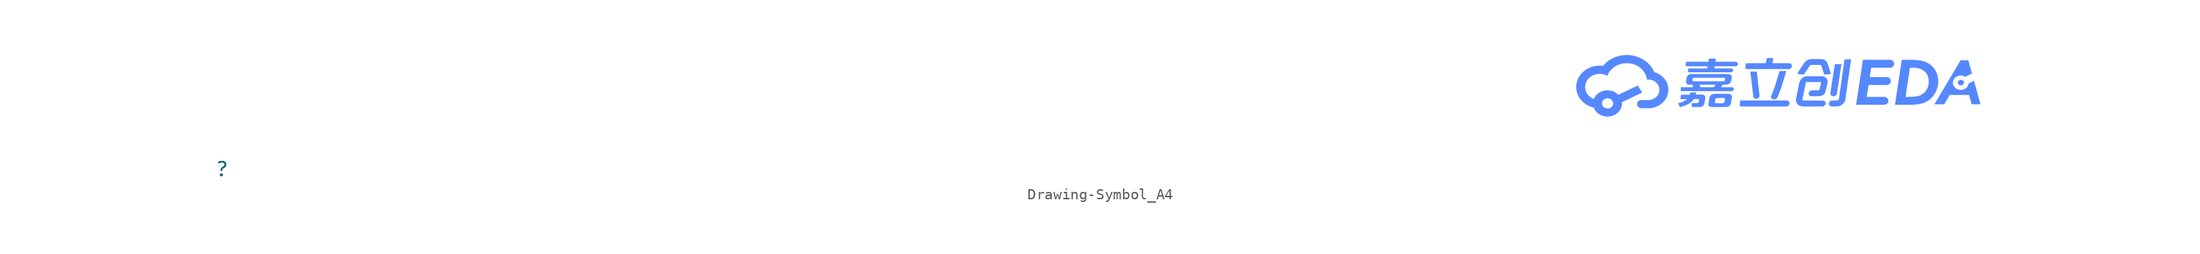
<source format=kicad_sym>
(kicad_symbol_lib
  (version 20241209)
  (generator "kicad_symbol_editor")
  (generator_version "9.0")
  (symbol "Drawing-Symbol_A4"
    (property "Reference" ""
      (at 0 0 0)
      (effects (font (size 1.27 1.27))))
    (property "Value" ""
      (at 0 0 0)
      (effects (font (size 1.27 1.27))))
    (symbol "Drawing-Symbol_A4_0_0"
      (polyline (pts (xy 129.674 10.57) (xy 129.799 10.563) (xy 129.923 10.55) (xy 130.045 10.532) (xy 130.167 10.509) (xy 130.286 10.481) (xy 130.404 10.448) (xy 130.52 10.41) (xy 130.635 10.367) (xy 130.746 10.32) (xy 130.856 10.268) (xy 130.963 10.212) (xy 131.067 10.151) (xy 131.169 10.085) (xy 131.267 10.015) (xy 131.363 9.941) (xy 131.423 9.891) (xy 131.481 9.839) (xy 131.537 9.786) (xy 131.591 9.731) (xy 131.644 9.675) (xy 131.694 9.617) (xy 131.742 9.559) (xy 131.789 9.499) (xy 131.833 9.438) (xy 131.875 9.376) (xy 131.915 9.312) (xy 131.953 9.248) (xy 131.99 9.183) (xy 132.024 9.117) (xy 132.055 9.05) (xy 132.085 8.983) (xy 132.225 8.937) (xy 132.36 8.882) (xy 132.488 8.818) (xy 132.611 8.744) (xy 132.726 8.663) (xy 132.834 8.574) (xy 132.934 8.477) (xy 133.026 8.374) (xy 133.108 8.264) (xy 133.181 8.148) (xy 133.243 8.027) (xy 133.295 7.9) (xy 133.336 7.769) (xy 133.352 7.702) (xy 133.365 7.634) (xy 133.375 7.564) (xy 133.382 7.495) (xy 133.385 7.424) (xy 133.386 7.352) (xy 133.383 7.272) (xy 133.377 7.192) (xy 133.367 7.112) (xy 133.353 7.034) (xy 133.335 6.956) (xy 133.312 6.88) (xy 133.286 6.804) (xy 133.257 6.73) (xy 133.223 6.657) (xy 133.186 6.585) (xy 133.145 6.515) (xy 133.1 6.447) (xy 133.052 6.38) (xy 133 6.316) (xy 132.945 6.253) (xy 132.887 6.193) (xy 132.825 6.135) (xy 132.762 6.08) (xy 132.696 6.028) (xy 132.627 5.98) (xy 132.556 5.934) (xy 132.484 5.891) (xy 132.409 5.852) (xy 132.333 5.816) (xy 132.254 5.783) (xy 132.174 5.753) (xy 132.093 5.727) (xy 132.01 5.704) (xy 131.926 5.684) (xy 131.841 5.669) (xy 131.755 5.657) (xy 131.667 5.648) (xy 131.632 5.646) (xy 131.596 5.646) (xy 130.882 5.646) (xy 130.882 5.65) (xy 130.862 5.652) (xy 130.843 5.655) (xy 130.823 5.658) (xy 130.804 5.663) (xy 130.785 5.668) (xy 130.767 5.674) (xy 130.749 5.681) (xy 130.732 5.688) (xy 130.715 5.696) (xy 130.698 5.705) (xy 130.682 5.715) (xy 130.666 5.725) (xy 130.651 5.736) (xy 130.637 5.747) (xy 130.623 5.759) (xy 130.61 5.771) (xy 130.597 5.784) (xy 130.585 5.798) (xy 130.574 5.812) (xy 130.563 5.826) (xy 130.553 5.841) (xy 130.544 5.856) (xy 130.536 5.872) (xy 130.528 5.888) (xy 130.521 5.905) (xy 130.515 5.922) (xy 130.51 5.939) (xy 130.506 5.957) (xy 130.503 5.974) (xy 130.5 5.992) (xy 130.499 6.011) (xy 130.498 6.029) (xy 130.499 6.049) (xy 130.5 6.068) (xy 130.503 6.088) (xy 130.507 6.106) (xy 130.512 6.125) (xy 130.517 6.143) (xy 130.524 6.16) (xy 130.531 6.178) (xy 130.54 6.195) (xy 130.549 6.211) (xy 130.56 6.227) (xy 130.571 6.243) (xy 130.582 6.258) (xy 130.595 6.272) (xy 130.608 6.286) (xy 130.622 6.299) (xy 130.637 6.312) (xy 130.652 6.324) (xy 130.668 6.335) (xy 130.684 6.346) (xy 130.701 6.356) (xy 130.719 6.365) (xy 130.737 6.373) (xy 130.755 6.381) (xy 130.774 6.388) (xy 130.794 6.394) (xy 130.814 6.399) (xy 130.834 6.403) (xy 130.854 6.407) (xy 130.875 6.409) (xy 130.897 6.41) (xy 130.918 6.411) (xy 130.929 6.411) (xy 130.939 6.41) (xy 130.95 6.41) (xy 130.96 6.409) (xy 130.971 6.408) (xy 130.981 6.407) (xy 130.991 6.405) (xy 131.001 6.403) (xy 131.603 6.403) (xy 131.653 6.408) (xy 131.702 6.415) (xy 131.75 6.425) (xy 131.798 6.436) (xy 131.845 6.449) (xy 131.89 6.464) (xy 131.935 6.481) (xy 131.979 6.499) (xy 132.021 6.52) (xy 132.063 6.542) (xy 132.103 6.565) (xy 132.142 6.591) (xy 132.179 6.618) (xy 132.215 6.646) (xy 132.25 6.676) (xy 132.283 6.707) (xy 132.315 6.739) (xy 132.344 6.773) (xy 132.373 6.808) (xy 132.399 6.845) (xy 132.424 6.882) (xy 132.447 6.92) (xy 132.468 6.96) (xy 132.487 7) (xy 132.504 7.041) (xy 132.518 7.084) (xy 132.531 7.127) (xy 132.542 7.17) (xy 132.55 7.215) (xy 132.556 7.26) (xy 132.56 7.306) (xy 132.561 7.352) (xy 132.56 7.401) (xy 132.555 7.45) (xy 132.549 7.497) (xy 132.54 7.544) (xy 132.528 7.59) (xy 132.514 7.635) (xy 132.498 7.68) (xy 132.479 7.723) (xy 132.458 7.765) (xy 132.435 7.806) (xy 132.41 7.846) (xy 132.382 7.885) (xy 132.353 7.922) (xy 132.322 7.958) (xy 132.289 7.993) (xy 132.255 8.026) (xy 132.218 8.057) (xy 132.18 8.087) (xy 132.141 8.116) (xy 132.1 8.142) (xy 132.057 8.167) (xy 132.013 8.19) (xy 131.968 8.211) (xy 131.922 8.23) (xy 131.874 8.247) (xy 131.825 8.262) (xy 131.775 8.275) (xy 131.725 8.286) (xy 131.673 8.294) (xy 131.62 8.3) (xy 131.567 8.304) (xy 131.513 8.305) (xy 131.487 8.305) (xy 131.474 8.305) (xy 131.461 8.305) (xy 131.448 8.304) (xy 131.436 8.303) (xy 131.423 8.302) (xy 131.411 8.301) (xy 131.399 8.381) (xy 131.383 8.459) (xy 131.363 8.536) (xy 131.34 8.612) (xy 131.313 8.686) (xy 131.282 8.758) (xy 131.248 8.829) (xy 131.21 8.899) (xy 131.17 8.966) (xy 131.126 9.031) (xy 131.078 9.095) (xy 131.028 9.156) (xy 130.975 9.216) (xy 130.919 9.273) (xy 130.861 9.327) (xy 130.8 9.38) (xy 130.736 9.43) (xy 130.67 9.477) (xy 130.601 9.521) (xy 130.53 9.563) (xy 130.458 9.602) (xy 130.383 9.638) (xy 130.306 9.671) (xy 130.227 9.701) (xy 130.147 9.727) (xy 130.065 9.751) (xy 129.981 9.771) (xy 129.896 9.787) (xy 129.809 9.801) (xy 129.721 9.81) (xy 129.632 9.816) (xy 129.542 9.818) (xy 129.464 9.816) (xy 129.388 9.812) (xy 129.312 9.805) (xy 129.237 9.795) (xy 129.163 9.783) (xy 129.09 9.768) (xy 129.018 9.751) (xy 128.947 9.73) (xy 128.878 9.708) (xy 128.81 9.683) (xy 128.743 9.656) (xy 128.678 9.627) (xy 128.614 9.595) (xy 128.551 9.561) (xy 128.49 9.526) (xy 128.431 9.488) (xy 128.374 9.448) (xy 128.318 9.406) (xy 128.264 9.362) (xy 128.212 9.317) (xy 128.162 9.269) (xy 128.114 9.22) (xy 128.068 9.169) (xy 128.024 9.117) (xy 127.982 9.063) (xy 127.943 9.008) (xy 127.906 8.951) (xy 127.871 8.893) (xy 127.839 8.833) (xy 127.809 8.772) (xy 127.782 8.71) (xy 127.757 8.647) (xy 127.718 8.668) (xy 127.678 8.688) (xy 127.637 8.707) (xy 127.596 8.725) (xy 127.553 8.742) (xy 127.51 8.757) (xy 127.467 8.77) (xy 127.422 8.783) (xy 127.378 8.794) (xy 127.332 8.803) (xy 127.286 8.812) (xy 127.239 8.819) (xy 127.192 8.824) (xy 127.144 8.828) (xy 127.096 8.83) (xy 127.047 8.831) (xy 126.978 8.829) (xy 126.91 8.824) (xy 126.843 8.817) (xy 126.778 8.806) (xy 126.713 8.792) (xy 126.649 8.776) (xy 126.587 8.757) (xy 126.526 8.735) (xy 126.467 8.71) (xy 126.409 8.684) (xy 126.353 8.654) (xy 126.299 8.622) (xy 126.246 8.588) (xy 126.196 8.552) (xy 126.147 8.514) (xy 126.101 8.474) (xy 126.057 8.431) (xy 126.015 8.387) (xy 125.975 8.341) (xy 125.938 8.293) (xy 125.903 8.244) (xy 125.871 8.193) (xy 125.841 8.141) (xy 125.814 8.087) (xy 125.79 8.032) (xy 125.769 7.975) (xy 125.751 7.918) (xy 125.736 7.859) (xy 125.724 7.799) (xy 125.716 7.738) (xy 125.711 7.677) (xy 125.709 7.614) (xy 125.71 7.568) (xy 125.713 7.521) (xy 125.718 7.476) (xy 125.724 7.431) (xy 125.732 7.386) (xy 125.743 7.342) (xy 125.754 7.299) (xy 125.768 7.256) (xy 125.783 7.214) (xy 125.8 7.172) (xy 125.818 7.132) (xy 125.838 7.092) (xy 125.86 7.053) (xy 125.883 7.014) (xy 125.907 6.977) (xy 125.933 6.94) (xy 125.96 6.905) (xy 125.989 6.87) (xy 126.019 6.836) (xy 126.05 6.803) (xy 126.082 6.772) (xy 126.116 6.741) (xy 126.15 6.712) (xy 126.186 6.683) (xy 126.223 6.656) (xy 126.261 6.63) (xy 126.301 6.605) (xy 126.341 6.581) (xy 126.382 6.559) (xy 126.424 6.538) (xy 126.467 6.518) (xy 126.511 6.5) (xy 126.549 6.586) (xy 126.594 6.669) (xy 126.646 6.748) (xy 126.704 6.824) (xy 126.768 6.894) (xy 126.838 6.961) (xy 126.912 7.022) (xy 126.992 7.078) (xy 127.076 7.129) (xy 127.165 7.174) (xy 127.258 7.213) (xy 127.354 7.245) (xy 127.454 7.271) (xy 127.556 7.289) (xy 127.662 7.301) (xy 127.77 7.305) (xy 127.844 7.303) (xy 127.917 7.297) (xy 127.989 7.288) (xy 128.06 7.276) (xy 128.13 7.26) (xy 128.197 7.24) (xy 128.264 7.218) (xy 128.329 7.193) (xy 128.391 7.164) (xy 128.452 7.133) (xy 128.511 7.099) (xy 128.568 7.062) (xy 128.623 7.023) (xy 128.675 6.981) (xy 128.725 6.937) (xy 128.772 6.891) (xy 130.563 7.747) (xy 130.972 7.102) (xy 129.1 6.208) (xy 129.101 6.193) (xy 129.102 6.179) (xy 129.103 6.164) (xy 129.104 6.149) (xy 129.105 6.134) (xy 129.105 6.119) (xy 129.106 6.104) (xy 129.106 6.09) (xy 129.104 6.028) (xy 129.099 5.966) (xy 129.09 5.906) (xy 129.078 5.846) (xy 129.064 5.788) (xy 129.046 5.73) (xy 129.025 5.674) (xy 129.001 5.619) (xy 128.974 5.565) (xy 128.944 5.513) (xy 128.912 5.462) (xy 128.877 5.413) (xy 128.84 5.365) (xy 128.8 5.319) (xy 128.758 5.275) (xy 128.714 5.233) (xy 128.668 5.193) (xy 128.619 5.155) (xy 128.569 5.119) (xy 128.517 5.085) (xy 128.463 5.053) (xy 128.407 5.024) (xy 128.349 4.997) (xy 128.29 4.973) (xy 128.23 4.951) (xy 128.168 4.932) (xy 128.104 4.916) (xy 128.04 4.902) (xy 127.974 4.891) (xy 127.908 4.884) (xy 127.84 4.879) (xy 127.772 4.877) (xy 127.717 4.878) (xy 127.663 4.881) (xy 127.609 4.886) (xy 127.556 4.893) (xy 127.504 4.902) (xy 127.452 4.912) (xy 127.401 4.925) (xy 127.351 4.939) (xy 127.302 4.955) (xy 127.254 4.973) (xy 127.207 4.992) (xy 127.16 5.013) (xy 127.115 5.035) (xy 127.071 5.059) (xy 127.028 5.084) (xy 126.986 5.111) (xy 126.945 5.139) (xy 126.905 5.169) (xy 126.867 5.2) (xy 126.83 5.232) (xy 126.794 5.265) (xy 126.76 5.3) (xy 126.728 5.336) (xy 126.697 5.373) (xy 126.667 5.411) (xy 126.639 5.45) (xy 126.612 5.49) (xy 126.588 5.531) (xy 126.565 5.574) (xy 126.543 5.616) (xy 126.524 5.66) (xy 126.507 5.705) (xy 126.431 5.724) (xy 126.356 5.746) (xy 126.282 5.77) (xy 126.209 5.797) (xy 126.137 5.826) (xy 126.067 5.857) (xy 125.997 5.89) (xy 125.93 5.926) (xy 125.863 5.964) (xy 125.798 6.005) (xy 125.734 6.047) (xy 125.672 6.092) (xy 125.669 6.094) (xy 127.26 6.094) (xy 127.261 6.07) (xy 127.263 6.046) (xy 127.266 6.022) (xy 127.271 5.999) (xy 127.276 5.976) (xy 127.283 5.954) (xy 127.292 5.932) (xy 127.301 5.911) (xy 127.311 5.89) (xy 127.323 5.87) (xy 127.335 5.85) (xy 127.349 5.831) (xy 127.363 5.813) (xy 127.378 5.795) (xy 127.394 5.778) (xy 127.412 5.762) (xy 127.43 5.747) (xy 127.448 5.732) (xy 127.468 5.718) (xy 127.488 5.705) (xy 127.509 5.693) (xy 127.53 5.681) (xy 127.553 5.671) (xy 127.576 5.662) (xy 127.599 5.653) (xy 127.623 5.646) (xy 127.647 5.64) (xy 127.672 5.635) (xy 127.698 5.63) (xy 127.723 5.628) (xy 127.749 5.626) (xy 127.776 5.625) (xy 127.802 5.626) (xy 127.829 5.628) (xy 127.855 5.63) (xy 127.88 5.635) (xy 127.905 5.64) (xy 127.93 5.646) (xy 127.954 5.654) (xy 127.977 5.662) (xy 128 5.671) (xy 128.022 5.682) (xy 128.044 5.693) (xy 128.065 5.705) (xy 128.085 5.718) (xy 128.104 5.732) (xy 128.123 5.747) (xy 128.141 5.763) (xy 128.158 5.779) (xy 128.174 5.796) (xy 128.189 5.814) (xy 128.204 5.832) (xy 128.217 5.851) (xy 128.23 5.871) (xy 128.241 5.891) (xy 128.251 5.912) (xy 128.26 5.933) (xy 128.268 5.955) (xy 128.275 5.977) (xy 128.281 6) (xy 128.286 6.023) (xy 128.289 6.046) (xy 128.291 6.07) (xy 128.292 6.094) (xy 128.291 6.118) (xy 128.289 6.142) (xy 128.286 6.165) (xy 128.281 6.189) (xy 128.275 6.211) (xy 128.268 6.234) (xy 128.26 6.255) (xy 128.251 6.277) (xy 128.24 6.298) (xy 128.229 6.318) (xy 128.217 6.338) (xy 128.203 6.356) (xy 128.189 6.375) (xy 128.173 6.393) (xy 128.157 6.41) (xy 128.14 6.426) (xy 128.122 6.441) (xy 128.103 6.456) (xy 128.084 6.47) (xy 128.064 6.483) (xy 128.043 6.495) (xy 128.021 6.506) (xy 127.999 6.517) (xy 127.976 6.526) (xy 127.953 6.534) (xy 127.929 6.542) (xy 127.904 6.548) (xy 127.879 6.553) (xy 127.854 6.557) (xy 127.828 6.56) (xy 127.802 6.562) (xy 127.776 6.563) (xy 127.749 6.562) (xy 127.723 6.56) (xy 127.698 6.557) (xy 127.672 6.553) (xy 127.647 6.548) (xy 127.623 6.542) (xy 127.599 6.534) (xy 127.576 6.526) (xy 127.553 6.516) (xy 127.53 6.506) (xy 127.509 6.495) (xy 127.488 6.482) (xy 127.468 6.469) (xy 127.448 6.455) (xy 127.43 6.441) (xy 127.412 6.425) (xy 127.394 6.409) (xy 127.378 6.392) (xy 127.363 6.374) (xy 127.349 6.356) (xy 127.335 6.337) (xy 127.323 6.317) (xy 127.311 6.297) (xy 127.301 6.276) (xy 127.292 6.255) (xy 127.283 6.233) (xy 127.276 6.211) (xy 127.271 6.188) (xy 127.266 6.165) (xy 127.263 6.142) (xy 127.261 6.118) (xy 127.26 6.094) (xy 125.669 6.094) (xy 125.612 6.138) (xy 125.553 6.187) (xy 125.497 6.238) (xy 125.442 6.291) (xy 125.376 6.361) (xy 125.314 6.433) (xy 125.256 6.507) (xy 125.202 6.583) (xy 125.152 6.661) (xy 125.106 6.741) (xy 125.064 6.822) (xy 125.027 6.906) (xy 124.993 6.99) (xy 124.964 7.077) (xy 124.939 7.164) (xy 124.919 7.252) (xy 124.903 7.341) (xy 124.891 7.432) (xy 124.885 7.523) (xy 124.882 7.614) (xy 124.885 7.712) (xy 124.893 7.81) (xy 124.906 7.906) (xy 124.924 8.001) (xy 124.948 8.095) (xy 124.976 8.188) (xy 125.009 8.279) (xy 125.047 8.368) (xy 125.09 8.456) (xy 125.138 8.542) (xy 125.19 8.625) (xy 125.247 8.707) (xy 125.308 8.786) (xy 125.374 8.862) (xy 125.444 8.936) (xy 125.519 9.007) (xy 125.597 9.075) (xy 125.678 9.139) (xy 125.762 9.2) (xy 125.849 9.255) (xy 125.938 9.307) (xy 126.03 9.355) (xy 126.124 9.398) (xy 126.22 9.437) (xy 126.319 9.471) (xy 126.419 9.502) (xy 126.521 9.527) (xy 126.624 9.548) (xy 126.729 9.565) (xy 126.836 9.577) (xy 126.943 9.584) (xy 127.051 9.586) (xy 127.09 9.586) (xy 127.129 9.585) (xy 127.168 9.584) (xy 127.207 9.582) (xy 127.245 9.579) (xy 127.284 9.576) (xy 127.322 9.572) (xy 127.36 9.567) (xy 127.391 9.605) (xy 127.423 9.642) (xy 127.456 9.678) (xy 127.489 9.714) (xy 127.523 9.749) (xy 127.557 9.784) (xy 127.593 9.818) (xy 127.629 9.851) (xy 127.666 9.884) (xy 127.704 9.916) (xy 127.742 9.948) (xy 127.781 9.979) (xy 127.821 10.009) (xy 127.862 10.039) (xy 127.903 10.068) (xy 127.945 10.097) (xy 128.034 10.153) (xy 128.124 10.207) (xy 128.217 10.256) (xy 128.311 10.302) (xy 128.407 10.345) (xy 128.504 10.384) (xy 128.603 10.42) (xy 128.704 10.452) (xy 128.805 10.48) (xy 128.908 10.504) (xy 129.012 10.525) (xy 129.118 10.542) (xy 129.224 10.556) (xy 129.331 10.565) (xy 129.44 10.571) (xy 129.548 10.573) (xy 129.674 10.57)) (stroke (width -0.0001) (type solid)) (fill (type color) (color 85 136 255 1)))
      (polyline (pts (xy 135.914 6.912) (xy 136.409 6.912) (xy 136.437 6.912) (xy 136.464 6.91) (xy 136.49 6.908) (xy 136.515 6.906) (xy 136.539 6.902) (xy 136.562 6.898) (xy 136.583 6.893) (xy 136.604 6.887) (xy 136.624 6.88) (xy 136.642 6.872) (xy 136.66 6.864) (xy 136.676 6.855) (xy 136.691 6.845) (xy 136.706 6.834) (xy 136.719 6.823) (xy 136.731 6.81) (xy 136.742 6.797) (xy 136.752 6.783) (xy 136.761 6.768) (xy 136.769 6.753) (xy 136.776 6.736) (xy 136.781 6.719) (xy 136.786 6.7) (xy 136.79 6.681) (xy 136.793 6.661) (xy 136.794 6.641) (xy 136.795 6.619) (xy 136.794 6.597) (xy 136.793 6.573) (xy 136.79 6.549) (xy 136.787 6.524) (xy 136.782 6.498) (xy 136.715 6.145) (xy 136.713 6.12) (xy 136.709 6.095) (xy 136.704 6.071) (xy 136.699 6.049) (xy 136.693 6.027) (xy 136.686 6.007) (xy 136.678 5.987) (xy 136.669 5.968) (xy 136.659 5.95) (xy 136.649 5.934) (xy 136.637 5.918) (xy 136.625 5.902) (xy 136.612 5.888) (xy 136.597 5.875) (xy 136.582 5.862) (xy 136.566 5.85) (xy 136.549 5.839) (xy 136.531 5.829) (xy 136.512 5.819) (xy 136.492 5.811) (xy 136.47 5.803) (xy 136.448 5.795) (xy 136.425 5.788) (xy 136.401 5.782) (xy 136.375 5.777) (xy 136.349 5.772) (xy 136.293 5.765) (xy 136.232 5.759) (xy 136.166 5.756) (xy 135.54 5.756) (xy 135.54 6.12) (xy 135.928 6.12) (xy 135.958 6.121) (xy 135.984 6.123) (xy 136.009 6.125) (xy 136.032 6.129) (xy 136.053 6.134) (xy 136.072 6.14) (xy 136.09 6.147) (xy 136.106 6.154) (xy 136.12 6.163) (xy 136.133 6.172) (xy 136.144 6.182) (xy 136.155 6.192) (xy 136.163 6.204) (xy 136.171 6.216) (xy 136.178 6.229) (xy 136.183 6.242) (xy 136.21 6.352) (xy 136.213 6.361) (xy 136.214 6.37) (xy 136.215 6.378) (xy 136.216 6.386) (xy 136.216 6.394) (xy 136.216 6.401) (xy 136.215 6.409) (xy 136.213 6.416) (xy 136.211 6.422) (xy 136.208 6.429) (xy 136.205 6.435) (xy 136.201 6.441) (xy 136.197 6.446) (xy 136.192 6.452) (xy 136.186 6.457) (xy 136.18 6.461) (xy 136.174 6.466) (xy 136.167 6.47) (xy 136.159 6.474) (xy 136.151 6.477) (xy 136.142 6.481) (xy 136.133 6.484) (xy 136.123 6.487) (xy 136.113 6.489) (xy 136.102 6.491) (xy 136.09 6.493) (xy 136.078 6.495) (xy 136.066 6.496) (xy 136.053 6.497) (xy 136.039 6.498) (xy 136.025 6.498) (xy 136.01 6.498) (xy 135.743 6.498) (xy 135.693 6.432) (xy 135.641 6.369) (xy 135.585 6.309) (xy 135.525 6.252) (xy 135.461 6.199) (xy 135.393 6.148) (xy 135.321 6.099) (xy 135.245 6.053) (xy 135.163 6.009) (xy 135.077 5.967) (xy 134.986 5.927) (xy 134.889 5.888) (xy 134.787 5.851) (xy 134.68 5.814) (xy 134.566 5.779) (xy 134.446 5.745) (xy 134.285 6.109) (xy 134.435 6.152) (xy 134.564 6.192) (xy 134.622 6.211) (xy 134.677 6.23) (xy 134.728 6.25) (xy 134.777 6.27) (xy 134.823 6.291) (xy 134.868 6.313) (xy 134.912 6.337) (xy 134.955 6.362) (xy 134.998 6.39) (xy 135.041 6.419) (xy 135.084 6.452) (xy 135.129 6.487) (xy 134.488 6.487) (xy 134.555 6.901) (xy 135.344 6.901) (xy 135.344 6.903) (xy 135.344 6.907) (xy 135.345 6.911) (xy 135.346 6.916) (xy 135.349 6.928) (xy 135.353 6.943) (xy 135.356 6.951) (xy 135.359 6.96) (xy 135.362 6.969) (xy 135.366 6.979) (xy 135.37 6.989) (xy 135.374 7) (xy 135.379 7.011) (xy 135.383 7.022) (xy 135.385 7.027) (xy 135.386 7.031) (xy 135.388 7.035) (xy 135.39 7.04) (xy 135.392 7.044) (xy 135.395 7.048) (xy 135.397 7.052) (xy 135.4 7.056) (xy 135.403 7.06) (xy 135.406 7.064) (xy 135.41 7.067) (xy 135.413 7.071) (xy 135.417 7.074) (xy 135.42 7.077) (xy 135.424 7.08) (xy 135.428 7.083) (xy 135.433 7.086) (xy 135.437 7.089) (xy 135.441 7.091) (xy 135.446 7.093) (xy 135.45 7.096) (xy 135.455 7.098) (xy 135.46 7.099) (xy 135.464 7.101) (xy 135.469 7.103) (xy 135.474 7.104) (xy 135.479 7.105) (xy 135.484 7.106) (xy 135.489 7.106) (xy 135.494 7.107) (xy 135.5 7.107) (xy 135.505 7.107) (xy 135.972 7.107) (xy 135.914 6.912)) (stroke (width -0.0001) (type solid)) (fill (type color) (color 85 136 255 1)))
      (polyline (pts (xy 137.72 9.949) (xy 139.565 9.949) (xy 139.578 9.948) (xy 139.59 9.947) (xy 139.602 9.946) (xy 139.614 9.944) (xy 139.625 9.941) (xy 139.637 9.938) (xy 139.648 9.934) (xy 139.659 9.929) (xy 139.669 9.924) (xy 139.68 9.919) (xy 139.69 9.913) (xy 139.699 9.907) (xy 139.708 9.9) (xy 139.717 9.893) (xy 139.726 9.885) (xy 139.734 9.877) (xy 139.741 9.868) (xy 139.749 9.86) (xy 139.755 9.851) (xy 139.762 9.841) (xy 139.767 9.831) (xy 139.773 9.821) (xy 139.777 9.81) (xy 139.781 9.8) (xy 139.785 9.789) (xy 139.788 9.777) (xy 139.79 9.766) (xy 139.792 9.754) (xy 139.793 9.742) (xy 139.794 9.73) (xy 139.794 9.718) (xy 139.793 9.706) (xy 139.791 9.697) (xy 139.79 9.688) (xy 139.787 9.679) (xy 139.784 9.671) (xy 139.781 9.662) (xy 139.778 9.654) (xy 139.774 9.646) (xy 139.769 9.638) (xy 139.764 9.63) (xy 139.759 9.623) (xy 139.753 9.616) (xy 139.747 9.609) (xy 139.741 9.602) (xy 139.734 9.596) (xy 139.727 9.59) (xy 139.72 9.584) (xy 139.712 9.578) (xy 139.704 9.573) (xy 139.696 9.568) (xy 139.687 9.563) (xy 139.678 9.559) (xy 139.669 9.555) (xy 139.66 9.551) (xy 139.65 9.548) (xy 139.64 9.545) (xy 139.63 9.542) (xy 139.62 9.54) (xy 139.609 9.538) (xy 139.599 9.537) (xy 139.588 9.536) (xy 139.577 9.535) (xy 139.565 9.535) (xy 137.665 9.535) (xy 137.626 9.328) (xy 139.164 9.328) (xy 139.176 9.328) (xy 139.187 9.327) (xy 139.198 9.325) (xy 139.208 9.324) (xy 139.219 9.321) (xy 139.229 9.318) (xy 139.239 9.315) (xy 139.248 9.311) (xy 139.258 9.307) (xy 139.267 9.302) (xy 139.275 9.297) (xy 139.284 9.291) (xy 139.292 9.286) (xy 139.299 9.279) (xy 139.306 9.273) (xy 139.313 9.266) (xy 139.32 9.258) (xy 139.325 9.251) (xy 139.331 9.243) (xy 139.336 9.235) (xy 139.34 9.226) (xy 139.344 9.218) (xy 139.348 9.209) (xy 139.351 9.2) (xy 139.353 9.191) (xy 139.355 9.181) (xy 139.356 9.171) (xy 139.356 9.162) (xy 139.356 9.152) (xy 139.356 9.142) (xy 139.354 9.131) (xy 139.352 9.121) (xy 139.351 9.113) (xy 139.349 9.105) (xy 139.347 9.098) (xy 139.345 9.09) (xy 139.342 9.083) (xy 139.338 9.076) (xy 139.335 9.069) (xy 139.331 9.062) (xy 139.327 9.056) (xy 139.322 9.049) (xy 139.317 9.043) (xy 139.312 9.037) (xy 139.307 9.032) (xy 139.301 9.026) (xy 139.295 9.021) (xy 139.289 9.016) (xy 139.282 9.011) (xy 139.276 9.007) (xy 139.269 9.003) (xy 139.262 8.999) (xy 139.255 8.995) (xy 139.247 8.992) (xy 139.239 8.989) (xy 139.232 8.986) (xy 139.224 8.983) (xy 139.215 8.981) (xy 139.207 8.979) (xy 139.199 8.978) (xy 139.19 8.976) (xy 139.182 8.976) (xy 139.173 8.975) (xy 139.164 8.975) (xy 135.312 8.975) (xy 135.305 8.975) (xy 135.298 8.976) (xy 135.291 8.976) (xy 135.284 8.978) (xy 135.277 8.979) (xy 135.271 8.981) (xy 135.264 8.983) (xy 135.258 8.986) (xy 135.252 8.988) (xy 135.247 8.991) (xy 135.241 8.995) (xy 135.236 8.998) (xy 135.231 9.002) (xy 135.226 9.006) (xy 135.222 9.01) (xy 135.218 9.014) (xy 135.214 9.019) (xy 135.21 9.024) (xy 135.207 9.029) (xy 135.203 9.034) (xy 135.201 9.04) (xy 135.198 9.045) (xy 135.196 9.051) (xy 135.194 9.057) (xy 135.192 9.063) (xy 135.191 9.069) (xy 135.19 9.075) (xy 135.19 9.081) (xy 135.19 9.088) (xy 135.19 9.094) (xy 135.19 9.101) (xy 135.191 9.108) (xy 135.231 9.326) (xy 136.97 9.326) (xy 137.01 9.533) (xy 135.097 9.533) (xy 135.09 9.534) (xy 135.083 9.534) (xy 135.076 9.536) (xy 135.069 9.537) (xy 135.061 9.54) (xy 135.055 9.542) (xy 135.048 9.545) (xy 135.041 9.548) (xy 135.035 9.551) (xy 135.029 9.555) (xy 135.023 9.558) (xy 135.017 9.562) (xy 135.012 9.567) (xy 135.006 9.571) (xy 135.001 9.576) (xy 134.996 9.581) (xy 134.992 9.586) (xy 134.988 9.591) (xy 134.984 9.597) (xy 134.98 9.602) (xy 134.977 9.608) (xy 134.974 9.613) (xy 134.971 9.619) (xy 134.969 9.625) (xy 134.967 9.631) (xy 134.966 9.636) (xy 134.965 9.642) (xy 134.964 9.648) (xy 134.964 9.654) (xy 134.964 9.66) (xy 134.965 9.666) (xy 134.966 9.671) (xy 135.02 9.95) (xy 137.079 9.95) (xy 137.106 10.144) (xy 137.107 10.15) (xy 137.109 10.155) (xy 137.111 10.161) (xy 137.113 10.166) (xy 137.115 10.171) (xy 137.117 10.176) (xy 137.12 10.18) (xy 137.123 10.185) (xy 137.125 10.189) (xy 137.129 10.194) (xy 137.132 10.197) (xy 137.135 10.201) (xy 137.139 10.205) (xy 137.143 10.209) (xy 137.147 10.212) (xy 137.151 10.215) (xy 137.155 10.218) (xy 137.159 10.221) (xy 137.164 10.224) (xy 137.168 10.226) (xy 137.173 10.229) (xy 137.177 10.231) (xy 137.182 10.233) (xy 137.187 10.234) (xy 137.192 10.236) (xy 137.197 10.237) (xy 137.202 10.238) (xy 137.207 10.239) (xy 137.212 10.24) (xy 137.217 10.241) (xy 137.222 10.241) (xy 137.227 10.241) (xy 137.774 10.241) (xy 137.72 9.949)) (stroke (width -0.0001) (type solid)) (fill (type color) (color 85 136 255 1)))
      (polyline (pts (xy 138.859 8.809) (xy 138.886 8.808) (xy 138.912 8.807) (xy 138.937 8.804) (xy 138.961 8.801) (xy 138.984 8.797) (xy 139.006 8.792) (xy 139.027 8.787) (xy 139.047 8.781) (xy 139.065 8.774) (xy 139.083 8.767) (xy 139.1 8.759) (xy 139.115 8.75) (xy 139.129 8.74) (xy 139.143 8.73) (xy 139.155 8.719) (xy 139.167 8.707) (xy 139.177 8.694) (xy 139.186 8.681) (xy 139.195 8.668) (xy 139.202 8.653) (xy 139.208 8.638) (xy 139.214 8.622) (xy 139.218 8.605) (xy 139.222 8.587) (xy 139.224 8.569) (xy 139.226 8.55) (xy 139.226 8.531) (xy 139.226 8.511) (xy 139.224 8.49) (xy 139.222 8.468) (xy 139.219 8.445) (xy 139.179 8.214) (xy 139.17 8.167) (xy 139.164 8.145) (xy 139.157 8.124) (xy 139.149 8.103) (xy 139.14 8.083) (xy 139.13 8.064) (xy 139.119 8.045) (xy 139.108 8.027) (xy 139.095 8.01) (xy 139.082 7.994) (xy 139.067 7.978) (xy 139.052 7.963) (xy 139.036 7.949) (xy 139.018 7.936) (xy 139 7.923) (xy 138.982 7.911) (xy 138.962 7.9) (xy 138.941 7.89) (xy 138.919 7.88) (xy 138.897 7.872) (xy 138.873 7.863) (xy 138.824 7.85) (xy 138.771 7.839) (xy 138.714 7.831) (xy 138.654 7.826) (xy 138.59 7.825) (xy 138.39 7.825) (xy 138.387 7.816) (xy 138.383 7.806) (xy 138.379 7.797) (xy 138.375 7.787) (xy 138.37 7.778) (xy 138.364 7.768) (xy 138.352 7.748) (xy 138.325 7.704) (xy 138.311 7.68) (xy 138.296 7.654) (xy 138.293 7.649) (xy 138.29 7.645) (xy 138.286 7.64) (xy 138.283 7.636) (xy 138.279 7.631) (xy 138.276 7.627) (xy 138.272 7.623) (xy 138.268 7.619) (xy 138.264 7.615) (xy 138.26 7.611) (xy 138.253 7.604) (xy 138.247 7.598) (xy 138.242 7.593) (xy 139.231 7.593) (xy 139.243 7.593) (xy 139.254 7.592) (xy 139.265 7.59) (xy 139.276 7.588) (xy 139.286 7.586) (xy 139.297 7.582) (xy 139.307 7.579) (xy 139.317 7.575) (xy 139.327 7.57) (xy 139.336 7.565) (xy 139.345 7.559) (xy 139.354 7.553) (xy 139.363 7.547) (xy 139.371 7.54) (xy 139.378 7.533) (xy 139.385 7.526) (xy 139.392 7.519) (xy 139.398 7.511) (xy 139.404 7.503) (xy 139.409 7.494) (xy 139.413 7.486) (xy 139.417 7.477) (xy 139.421 7.468) (xy 139.423 7.46) (xy 139.425 7.45) (xy 139.427 7.441) (xy 139.428 7.432) (xy 139.427 7.423) (xy 139.427 7.414) (xy 139.425 7.405) (xy 139.422 7.396) (xy 139.419 7.386) (xy 139.418 7.377) (xy 139.416 7.369) (xy 139.413 7.36) (xy 139.411 7.352) (xy 139.408 7.344) (xy 139.404 7.336) (xy 139.4 7.328) (xy 139.396 7.321) (xy 139.391 7.314) (xy 139.386 7.307) (xy 139.381 7.3) (xy 139.375 7.294) (xy 139.369 7.288) (xy 139.363 7.282) (xy 139.356 7.277) (xy 139.349 7.271) (xy 139.342 7.266) (xy 139.335 7.262) (xy 139.328 7.257) (xy 139.32 7.253) (xy 139.304 7.246) (xy 139.288 7.24) (xy 139.271 7.235) (xy 139.254 7.232) (xy 139.245 7.23) (xy 139.236 7.23) (xy 139.227 7.229) (xy 139.219 7.229) (xy 134.632 7.229) (xy 134.626 7.229) (xy 134.619 7.23) (xy 134.613 7.23) (xy 134.607 7.232) (xy 134.601 7.233) (xy 134.595 7.235) (xy 134.589 7.237) (xy 134.583 7.239) (xy 134.577 7.242) (xy 134.572 7.245) (xy 134.566 7.248) (xy 134.561 7.252) (xy 134.556 7.256) (xy 134.551 7.26) (xy 134.546 7.264) (xy 134.542 7.268) (xy 134.537 7.273) (xy 134.533 7.278) (xy 134.53 7.283) (xy 134.526 7.288) (xy 134.523 7.293) (xy 134.52 7.299) (xy 134.517 7.305) (xy 134.515 7.311) (xy 134.513 7.316) (xy 134.512 7.323) (xy 134.511 7.329) (xy 134.51 7.335) (xy 134.509 7.342) (xy 134.509 7.348) (xy 134.51 7.355) (xy 134.511 7.362) (xy 134.55 7.593) (xy 135.686 7.593) (xy 135.684 7.596) (xy 135.681 7.598) (xy 135.679 7.601) (xy 135.677 7.604) (xy 135.674 7.607) (xy 135.672 7.611) (xy 135.666 7.619) (xy 135.661 7.627) (xy 135.656 7.636) (xy 135.651 7.645) (xy 135.647 7.654) (xy 135.627 7.731) (xy 135.622 7.752) (xy 135.617 7.775) (xy 135.612 7.799) (xy 135.607 7.825) (xy 136.275 7.825) (xy 136.295 7.748) (xy 136.3 7.727) (xy 136.305 7.704) (xy 136.31 7.68) (xy 136.315 7.654) (xy 136.319 7.645) (xy 136.324 7.636) (xy 136.329 7.627) (xy 136.334 7.619) (xy 136.337 7.615) (xy 136.34 7.611) (xy 136.342 7.607) (xy 136.345 7.604) (xy 136.347 7.601) (xy 136.35 7.598) (xy 136.352 7.596) (xy 136.354 7.593) (xy 137.571 7.593) (xy 137.577 7.598) (xy 137.584 7.604) (xy 137.592 7.611) (xy 137.596 7.615) (xy 137.599 7.619) (xy 137.603 7.623) (xy 137.607 7.627) (xy 137.611 7.631) (xy 137.614 7.636) (xy 137.617 7.64) (xy 137.62 7.645) (xy 137.623 7.649) (xy 137.626 7.654) (xy 137.636 7.668) (xy 137.646 7.684) (xy 137.657 7.701) (xy 137.668 7.72) (xy 137.68 7.742) (xy 137.692 7.766) (xy 137.705 7.794) (xy 137.72 7.825) (xy 136.275 7.825) (xy 135.607 7.825) (xy 135.406 7.825) (xy 135.378 7.825) (xy 135.351 7.826) (xy 135.325 7.828) (xy 135.299 7.83) (xy 135.275 7.834) (xy 135.252 7.838) (xy 135.231 7.842) (xy 135.21 7.848) (xy 135.19 7.854) (xy 135.172 7.86) (xy 135.154 7.868) (xy 135.137 7.876) (xy 135.122 7.885) (xy 135.107 7.895) (xy 135.094 7.905) (xy 135.082 7.916) (xy 135.07 7.928) (xy 135.06 7.94) (xy 135.05 7.953) (xy 135.042 7.967) (xy 135.035 7.982) (xy 135.028 7.997) (xy 135.023 8.013) (xy 135.019 8.03) (xy 135.015 8.047) (xy 135.013 8.065) (xy 135.011 8.084) (xy 135.011 8.104) (xy 135.011 8.124) (xy 135.013 8.145) (xy 135.015 8.167) (xy 135.018 8.189) (xy 135.029 8.251) (xy 135.605 8.251) (xy 135.605 8.243) (xy 135.605 8.236) (xy 135.606 8.229) (xy 135.607 8.222) (xy 135.608 8.215) (xy 135.61 8.208) (xy 135.612 8.202) (xy 135.614 8.196) (xy 135.617 8.191) (xy 135.619 8.186) (xy 135.622 8.181) (xy 135.626 8.176) (xy 135.629 8.171) (xy 135.633 8.167) (xy 135.637 8.164) (xy 135.642 8.16) (xy 135.646 8.157) (xy 135.651 8.154) (xy 135.656 8.151) (xy 135.661 8.149) (xy 135.667 8.147) (xy 135.673 8.145) (xy 135.679 8.143) (xy 135.685 8.142) (xy 135.692 8.141) (xy 135.699 8.14) (xy 135.706 8.14) (xy 135.713 8.14) (xy 138.442 8.14) (xy 138.451 8.14) (xy 138.459 8.14) (xy 138.467 8.141) (xy 138.475 8.142) (xy 138.483 8.143) (xy 138.491 8.145) (xy 138.498 8.147) (xy 138.505 8.149) (xy 138.512 8.152) (xy 138.518 8.154) (xy 138.525 8.157) (xy 138.531 8.161) (xy 138.537 8.164) (xy 138.542 8.168) (xy 138.548 8.172) (xy 138.553 8.177) (xy 138.558 8.181) (xy 138.562 8.186) (xy 138.567 8.192) (xy 138.571 8.197) (xy 138.575 8.203) (xy 138.579 8.209) (xy 138.582 8.216) (xy 138.586 8.222) (xy 138.589 8.229) (xy 138.591 8.237) (xy 138.596 8.252) (xy 138.6 8.268) (xy 138.603 8.286) (xy 138.615 8.371) (xy 138.616 8.377) (xy 138.617 8.383) (xy 138.618 8.388) (xy 138.618 8.393) (xy 138.617 8.398) (xy 138.617 8.403) (xy 138.616 8.408) (xy 138.615 8.412) (xy 138.613 8.417) (xy 138.612 8.421) (xy 138.61 8.425) (xy 138.607 8.429) (xy 138.605 8.432) (xy 138.602 8.436) (xy 138.598 8.439) (xy 138.595 8.443) (xy 138.591 8.446) (xy 138.587 8.448) (xy 138.582 8.451) (xy 138.577 8.454) (xy 138.572 8.456) (xy 138.566 8.458) (xy 138.561 8.46) (xy 138.554 8.462) (xy 138.548 8.463) (xy 138.541 8.464) (xy 138.534 8.466) (xy 138.527 8.466) (xy 138.511 8.468) (xy 138.494 8.468) (xy 135.766 8.468) (xy 135.751 8.468) (xy 135.737 8.467) (xy 135.724 8.466) (xy 135.717 8.464) (xy 135.711 8.463) (xy 135.705 8.462) (xy 135.699 8.46) (xy 135.693 8.459) (xy 135.688 8.457) (xy 135.682 8.454) (xy 135.677 8.452) (xy 135.672 8.45) (xy 135.667 8.447) (xy 135.663 8.444) (xy 135.658 8.441) (xy 135.654 8.437) (xy 135.65 8.434) (xy 135.647 8.43) (xy 135.643 8.426) (xy 135.639 8.421) (xy 135.636 8.417) (xy 135.633 8.412) (xy 135.631 8.407) (xy 135.628 8.402) (xy 135.626 8.396) (xy 135.624 8.39) (xy 135.622 8.384) (xy 135.621 8.378) (xy 135.619 8.371) (xy 135.607 8.286) (xy 135.606 8.277) (xy 135.605 8.268) (xy 135.605 8.26) (xy 135.605 8.251) (xy 135.029 8.251) (xy 135.058 8.421) (xy 135.069 8.467) (xy 135.083 8.511) (xy 135.091 8.532) (xy 135.1 8.552) (xy 135.109 8.571) (xy 135.119 8.59) (xy 135.129 8.607) (xy 135.14 8.624) (xy 135.151 8.641) (xy 135.164 8.656) (xy 135.177 8.671) (xy 135.19 8.685) (xy 135.204 8.699) (xy 135.219 8.711) (xy 135.234 8.723) (xy 135.25 8.734) (xy 135.267 8.745) (xy 135.284 8.754) (xy 135.302 8.763) (xy 135.321 8.771) (xy 135.34 8.778) (xy 135.36 8.785) (xy 135.38 8.791) (xy 135.401 8.796) (xy 135.423 8.8) (xy 135.445 8.804) (xy 135.468 8.806) (xy 135.491 8.808) (xy 135.515 8.809) (xy 135.54 8.81) (xy 138.83 8.81) (xy 138.859 8.809)) (stroke (width -0.0001) (type solid)) (fill (type color) (color 85 136 255 1)))
      (polyline (pts (xy 138.896 6.984) (xy 138.921 6.982) (xy 138.945 6.981) (xy 138.968 6.978) (xy 138.99 6.974) (xy 139.012 6.97) (xy 139.032 6.965) (xy 139.051 6.959) (xy 139.07 6.952) (xy 139.087 6.945) (xy 139.104 6.937) (xy 139.119 6.928) (xy 139.134 6.918) (xy 139.148 6.908) (xy 139.161 6.896) (xy 139.173 6.884) (xy 139.184 6.871) (xy 139.194 6.858) (xy 139.203 6.843) (xy 139.212 6.828) (xy 139.219 6.812) (xy 139.226 6.795) (xy 139.232 6.777) (xy 139.236 6.759) (xy 139.24 6.74) (xy 139.244 6.72) (xy 139.246 6.699) (xy 139.247 6.678) (xy 139.247 6.632) (xy 139.244 6.584) (xy 139.164 6.145) (xy 139.153 6.097) (xy 139.139 6.052) (xy 139.122 6.011) (xy 139.113 5.992) (xy 139.103 5.973) (xy 139.092 5.955) (xy 139.08 5.939) (xy 139.068 5.923) (xy 139.055 5.907) (xy 139.041 5.893) (xy 139.026 5.879) (xy 139.011 5.867) (xy 138.995 5.854) (xy 138.978 5.843) (xy 138.96 5.833) (xy 138.941 5.823) (xy 138.922 5.814) (xy 138.901 5.805) (xy 138.88 5.798) (xy 138.834 5.784) (xy 138.785 5.773) (xy 138.733 5.765) (xy 138.676 5.759) (xy 138.615 5.756) (xy 137.48 5.756) (xy 137.419 5.757) (xy 137.391 5.759) (xy 137.364 5.761) (xy 137.339 5.764) (xy 137.314 5.768) (xy 137.291 5.772) (xy 137.269 5.777) (xy 137.248 5.783) (xy 137.228 5.789) (xy 137.21 5.796) (xy 137.192 5.804) (xy 137.176 5.812) (xy 137.161 5.822) (xy 137.148 5.832) (xy 137.135 5.842) (xy 137.124 5.854) (xy 137.114 5.866) (xy 137.105 5.879) (xy 137.097 5.893) (xy 137.09 5.907) (xy 137.084 5.922) (xy 137.08 5.939) (xy 137.077 5.955) (xy 137.075 5.973) (xy 137.074 5.992) (xy 137.074 6.011) (xy 137.075 6.031) (xy 137.077 6.052) (xy 137.081 6.074) (xy 137.086 6.097) (xy 137.091 6.12) (xy 137.106 6.206) (xy 137.669 6.206) (xy 137.669 6.199) (xy 137.67 6.192) (xy 137.671 6.185) (xy 137.673 6.178) (xy 137.676 6.172) (xy 137.679 6.166) (xy 137.683 6.161) (xy 137.687 6.156) (xy 137.692 6.151) (xy 137.697 6.146) (xy 137.703 6.141) (xy 137.709 6.137) (xy 137.716 6.133) (xy 137.724 6.13) (xy 137.732 6.127) (xy 137.74 6.123) (xy 137.749 6.121) (xy 137.759 6.118) (xy 137.78 6.114) (xy 137.802 6.111) (xy 137.827 6.11) (xy 137.853 6.109) (xy 138.375 6.109) (xy 138.385 6.109) (xy 138.395 6.11) (xy 138.405 6.111) (xy 138.414 6.112) (xy 138.423 6.114) (xy 138.432 6.115) (xy 138.44 6.118) (xy 138.449 6.12) (xy 138.457 6.123) (xy 138.464 6.127) (xy 138.472 6.13) (xy 138.479 6.134) (xy 138.486 6.138) (xy 138.493 6.143) (xy 138.499 6.148) (xy 138.505 6.153) (xy 138.511 6.159) (xy 138.517 6.165) (xy 138.522 6.171) (xy 138.527 6.178) (xy 138.531 6.184) (xy 138.536 6.191) (xy 138.54 6.199) (xy 138.544 6.207) (xy 138.547 6.215) (xy 138.55 6.223) (xy 138.553 6.232) (xy 138.556 6.241) (xy 138.56 6.26) (xy 138.563 6.28) (xy 138.59 6.451) (xy 138.592 6.46) (xy 138.594 6.468) (xy 138.595 6.477) (xy 138.596 6.485) (xy 138.596 6.492) (xy 138.596 6.5) (xy 138.596 6.507) (xy 138.595 6.514) (xy 138.594 6.521) (xy 138.592 6.527) (xy 138.59 6.533) (xy 138.588 6.539) (xy 138.585 6.545) (xy 138.582 6.55) (xy 138.578 6.555) (xy 138.574 6.559) (xy 138.57 6.564) (xy 138.565 6.568) (xy 138.561 6.572) (xy 138.555 6.575) (xy 138.55 6.579) (xy 138.544 6.582) (xy 138.538 6.584) (xy 138.531 6.587) (xy 138.524 6.589) (xy 138.517 6.591) (xy 138.51 6.593) (xy 138.502 6.594) (xy 138.494 6.595) (xy 138.486 6.596) (xy 138.478 6.596) (xy 138.469 6.597) (xy 137.92 6.597) (xy 137.909 6.597) (xy 137.898 6.596) (xy 137.888 6.595) (xy 137.877 6.594) (xy 137.867 6.592) (xy 137.857 6.59) (xy 137.848 6.588) (xy 137.838 6.586) (xy 137.829 6.583) (xy 137.821 6.579) (xy 137.812 6.576) (xy 137.804 6.572) (xy 137.796 6.567) (xy 137.788 6.563) (xy 137.781 6.558) (xy 137.774 6.553) (xy 137.767 6.547) (xy 137.761 6.541) (xy 137.754 6.535) (xy 137.749 6.529) (xy 137.743 6.522) (xy 137.738 6.514) (xy 137.733 6.507) (xy 137.729 6.499) (xy 137.725 6.491) (xy 137.721 6.483) (xy 137.718 6.474) (xy 137.715 6.465) (xy 137.713 6.456) (xy 137.71 6.446) (xy 137.708 6.436) (xy 137.707 6.426) (xy 137.68 6.255) (xy 137.677 6.246) (xy 137.674 6.238) (xy 137.672 6.229) (xy 137.67 6.221) (xy 137.669 6.213) (xy 137.669 6.206) (xy 137.106 6.206) (xy 137.171 6.595) (xy 137.18 6.641) (xy 137.185 6.664) (xy 137.192 6.685) (xy 137.199 6.706) (xy 137.207 6.726) (xy 137.216 6.745) (xy 137.226 6.764) (xy 137.236 6.782) (xy 137.247 6.799) (xy 137.259 6.815) (xy 137.272 6.831) (xy 137.286 6.846) (xy 137.3 6.86) (xy 137.315 6.873) (xy 137.331 6.886) (xy 137.348 6.897) (xy 137.366 6.909) (xy 137.384 6.919) (xy 137.403 6.928) (xy 137.423 6.937) (xy 137.444 6.945) (xy 137.465 6.953) (xy 137.487 6.959) (xy 137.51 6.965) (xy 137.534 6.97) (xy 137.558 6.974) (xy 137.584 6.978) (xy 137.637 6.982) (xy 137.692 6.984) (xy 138.87 6.984) (xy 138.896 6.984)) (stroke (width -0.0001) (type solid)) (fill (type color) (color 85 136 255 1)))
      (polyline (pts (xy 141.791 6.83) (xy 141.792 6.818) (xy 141.792 6.806) (xy 141.792 6.793) (xy 141.791 6.781) (xy 141.789 6.769) (xy 141.787 6.757) (xy 141.785 6.745) (xy 141.781 6.734) (xy 141.777 6.722) (xy 141.773 6.711) (xy 141.768 6.7) (xy 141.762 6.689) (xy 141.756 6.678) (xy 141.75 6.668) (xy 141.743 6.658) (xy 141.735 6.648) (xy 141.727 6.638) (xy 141.718 6.629) (xy 141.709 6.62) (xy 141.7 6.611) (xy 141.69 6.603) (xy 141.68 6.595) (xy 141.669 6.587) (xy 141.658 6.58) (xy 141.647 6.573) (xy 141.635 6.567) (xy 141.623 6.561) (xy 141.61 6.556) (xy 141.597 6.55) (xy 141.584 6.546) (xy 141.571 6.542) (xy 141.557 6.538) (xy 141.551 6.536) (xy 141.543 6.535) (xy 141.535 6.534) (xy 141.527 6.533) (xy 141.519 6.532) (xy 141.512 6.531) (xy 141.504 6.531) (xy 141.496 6.53) (xy 141.488 6.53) (xy 141.475 6.531) (xy 141.462 6.531) (xy 141.45 6.533) (xy 141.437 6.534) (xy 141.425 6.536) (xy 141.413 6.539) (xy 141.401 6.542) (xy 141.389 6.545) (xy 141.378 6.549) (xy 141.367 6.554) (xy 141.356 6.558) (xy 141.345 6.563) (xy 141.335 6.569) (xy 141.325 6.575) (xy 141.316 6.581) (xy 141.307 6.588) (xy 141.298 6.595) (xy 141.289 6.602) (xy 141.281 6.61) (xy 141.273 6.618) (xy 141.266 6.626) (xy 141.259 6.635) (xy 141.252 6.644) (xy 141.246 6.653) (xy 141.241 6.662) (xy 141.236 6.672) (xy 141.231 6.683) (xy 141.226 6.693) (xy 141.223 6.704) (xy 141.22 6.715) (xy 141.217 6.726) (xy 141.214 6.737) (xy 141.214 6.747) (xy 140.947 9.041) (xy 140.947 9.043) (xy 141.538 9.043) (xy 141.791 6.83)) (stroke (width -0.0001) (type solid)) (fill (type color) (color 85 136 255 1)))
      (polyline (pts (xy 142.977 9.816) (xy 144.49 9.816) (xy 144.506 9.815) (xy 144.522 9.814) (xy 144.537 9.813) (xy 144.553 9.81) (xy 144.567 9.807) (xy 144.582 9.803) (xy 144.596 9.799) (xy 144.61 9.793) (xy 144.624 9.787) (xy 144.637 9.781) (xy 144.649 9.773) (xy 144.662 9.765) (xy 144.673 9.757) (xy 144.685 9.747) (xy 144.695 9.737) (xy 144.705 9.726) (xy 144.715 9.716) (xy 144.723 9.705) (xy 144.732 9.694) (xy 144.739 9.682) (xy 144.745 9.67) (xy 144.751 9.658) (xy 144.757 9.645) (xy 144.761 9.633) (xy 144.765 9.62) (xy 144.768 9.606) (xy 144.77 9.592) (xy 144.772 9.579) (xy 144.772 9.565) (xy 144.772 9.55) (xy 144.772 9.536) (xy 144.77 9.522) (xy 144.77 9.518) (xy 144.768 9.505) (xy 144.765 9.492) (xy 144.761 9.479) (xy 144.757 9.467) (xy 144.752 9.455) (xy 144.747 9.443) (xy 144.741 9.431) (xy 144.734 9.42) (xy 144.727 9.409) (xy 144.72 9.398) (xy 144.712 9.388) (xy 144.703 9.378) (xy 144.695 9.368) (xy 144.685 9.359) (xy 144.675 9.35) (xy 144.665 9.342) (xy 144.654 9.334) (xy 144.643 9.326) (xy 144.632 9.319) (xy 144.62 9.312) (xy 144.608 9.306) (xy 144.595 9.3) (xy 144.583 9.295) (xy 144.57 9.29) (xy 144.556 9.286) (xy 144.543 9.282) (xy 144.529 9.278) (xy 144.515 9.276) (xy 144.501 9.274) (xy 144.486 9.272) (xy 144.472 9.271) (xy 144.457 9.271) (xy 140.619 9.271) (xy 140.619 9.273) (xy 140.612 9.273) (xy 140.605 9.274) (xy 140.598 9.275) (xy 140.591 9.276) (xy 140.585 9.278) (xy 140.578 9.28) (xy 140.572 9.282) (xy 140.565 9.284) (xy 140.559 9.287) (xy 140.553 9.29) (xy 140.548 9.293) (xy 140.542 9.296) (xy 140.537 9.3) (xy 140.531 9.303) (xy 140.526 9.307) (xy 140.522 9.312) (xy 140.517 9.316) (xy 140.513 9.321) (xy 140.509 9.325) (xy 140.505 9.33) (xy 140.501 9.335) (xy 140.498 9.341) (xy 140.495 9.346) (xy 140.492 9.352) (xy 140.49 9.357) (xy 140.488 9.363) (xy 140.486 9.369) (xy 140.484 9.375) (xy 140.483 9.381) (xy 140.482 9.387) (xy 140.482 9.394) (xy 140.482 9.4) (xy 140.482 9.407) (xy 140.482 9.41) (xy 140.482 9.413) (xy 140.482 9.416) (xy 140.482 9.418) (xy 140.483 9.419) (xy 140.483 9.421) (xy 140.483 9.422) (xy 140.483 9.423) (xy 140.484 9.425) (xy 140.524 9.814) (xy 142.369 9.816) (xy 142.438 10.182) (xy 142.439 10.188) (xy 142.44 10.194) (xy 142.442 10.2) (xy 142.443 10.205) (xy 142.445 10.211) (xy 142.448 10.216) (xy 142.45 10.222) (xy 142.453 10.227) (xy 142.456 10.232) (xy 142.459 10.237) (xy 142.463 10.241) (xy 142.466 10.246) (xy 142.47 10.25) (xy 142.474 10.254) (xy 142.479 10.258) (xy 142.483 10.262) (xy 142.488 10.266) (xy 142.493 10.269) (xy 142.498 10.273) (xy 142.503 10.276) (xy 142.508 10.278) (xy 142.513 10.281) (xy 142.519 10.283) (xy 142.524 10.286) (xy 142.53 10.287) (xy 142.536 10.289) (xy 142.542 10.291) (xy 142.548 10.292) (xy 142.555 10.293) (xy 142.561 10.293) (xy 142.567 10.294) (xy 142.574 10.294) (xy 142.582 10.294) (xy 143.056 10.294) (xy 142.977 9.816)) (stroke (width -0.0001) (type solid)) (fill (type color) (color 85 136 255 1)))
      (polyline (pts (xy 144.265 9.072) (xy 144.263 9.066) (xy 144.164 8.758) (xy 144.065 8.438) (xy 143.866 7.788) (xy 143.762 7.471) (xy 143.655 7.169) (xy 143.542 6.887) (xy 143.483 6.756) (xy 143.423 6.633) (xy 143.412 6.614) (xy 143.4 6.597) (xy 143.387 6.58) (xy 143.373 6.565) (xy 143.357 6.55) (xy 143.341 6.537) (xy 143.324 6.524) (xy 143.306 6.513) (xy 143.287 6.503) (xy 143.267 6.494) (xy 143.247 6.486) (xy 143.226 6.479) (xy 143.205 6.474) (xy 143.184 6.471) (xy 143.162 6.468) (xy 143.139 6.468) (xy 143.13 6.468) (xy 143.121 6.468) (xy 143.111 6.469) (xy 143.102 6.47) (xy 143.092 6.472) (xy 143.083 6.473) (xy 143.074 6.475) (xy 143.064 6.477) (xy 143.033 6.485) (xy 143.019 6.49) (xy 143.006 6.495) (xy 142.994 6.501) (xy 142.982 6.508) (xy 142.97 6.515) (xy 142.959 6.522) (xy 142.948 6.53) (xy 142.938 6.539) (xy 142.929 6.548) (xy 142.919 6.557) (xy 142.911 6.566) (xy 142.903 6.576) (xy 142.895 6.587) (xy 142.888 6.597) (xy 142.882 6.608) (xy 142.876 6.62) (xy 142.87 6.633) (xy 142.865 6.646) (xy 142.861 6.659) (xy 142.858 6.672) (xy 142.855 6.686) (xy 142.853 6.699) (xy 142.852 6.713) (xy 142.851 6.727) (xy 142.852 6.741) (xy 142.853 6.754) (xy 142.855 6.768) (xy 142.858 6.781) (xy 142.861 6.795) (xy 142.865 6.808) (xy 142.87 6.821) (xy 142.876 6.834) (xy 142.93 6.945) (xy 142.983 7.064) (xy 143.084 7.321) (xy 143.182 7.601) (xy 143.276 7.894) (xy 143.459 8.5) (xy 143.55 8.799) (xy 143.643 9.087) (xy 144.269 9.087) (xy 144.265 9.072)) (stroke (width -0.0001) (type solid)) (fill (type color) (color 85 136 255 1)))
      (polyline (pts (xy 144.303 6.365) (xy 144.317 6.364) (xy 144.332 6.362) (xy 144.346 6.359) (xy 144.36 6.356) (xy 144.374 6.352) (xy 144.387 6.348) (xy 144.401 6.343) (xy 144.414 6.337) (xy 144.427 6.33) (xy 144.439 6.323) (xy 144.451 6.316) (xy 144.463 6.308) (xy 144.475 6.299) (xy 144.486 6.29) (xy 144.496 6.28) (xy 144.506 6.269) (xy 144.515 6.258) (xy 144.523 6.247) (xy 144.53 6.235) (xy 144.537 6.223) (xy 144.543 6.211) (xy 144.549 6.198) (xy 144.553 6.185) (xy 144.557 6.172) (xy 144.56 6.159) (xy 144.563 6.145) (xy 144.565 6.131) (xy 144.565 6.117) (xy 144.565 6.103) (xy 144.565 6.089) (xy 144.563 6.075) (xy 144.561 6.062) (xy 144.559 6.049) (xy 144.556 6.036) (xy 144.552 6.023) (xy 144.548 6.011) (xy 144.543 5.998) (xy 144.538 5.986) (xy 144.532 5.975) (xy 144.525 5.963) (xy 144.518 5.952) (xy 144.511 5.941) (xy 144.503 5.931) (xy 144.494 5.921) (xy 144.485 5.911) (xy 144.476 5.901) (xy 144.466 5.892) (xy 144.456 5.884) (xy 144.445 5.875) (xy 144.434 5.868) (xy 144.423 5.86) (xy 144.411 5.853) (xy 144.399 5.847) (xy 144.387 5.841) (xy 144.375 5.835) (xy 144.362 5.83) (xy 144.349 5.826) (xy 144.335 5.822) (xy 144.322 5.819) (xy 144.308 5.816) (xy 144.294 5.814) (xy 144.28 5.812) (xy 144.266 5.811) (xy 144.252 5.811) (xy 140.104 5.811) (xy 140.096 5.811) (xy 140.089 5.812) (xy 140.082 5.813) (xy 140.075 5.814) (xy 140.068 5.815) (xy 140.061 5.817) (xy 140.055 5.819) (xy 140.048 5.821) (xy 140.042 5.824) (xy 140.036 5.827) (xy 140.03 5.83) (xy 140.025 5.833) (xy 140.019 5.837) (xy 140.014 5.841) (xy 140.009 5.845) (xy 140.004 5.849) (xy 140 5.854) (xy 139.995 5.858) (xy 139.991 5.863) (xy 139.987 5.868) (xy 139.984 5.873) (xy 139.98 5.878) (xy 139.977 5.884) (xy 139.975 5.89) (xy 139.972 5.895) (xy 139.97 5.901) (xy 139.968 5.907) (xy 139.967 5.913) (xy 139.965 5.919) (xy 139.965 5.926) (xy 139.964 5.932) (xy 139.964 5.938) (xy 139.964 5.94) (xy 139.962 5.94) (xy 140.006 6.365) (xy 144.288 6.365) (xy 144.303 6.365)) (stroke (width -0.0001) (type solid)) (fill (type color) (color 85 136 255 1)))
      (polyline (pts (xy 147.389 10.201) (xy 147.425 10.199) (xy 147.46 10.197) (xy 147.494 10.194) (xy 147.527 10.191) (xy 147.559 10.186) (xy 147.59 10.181) (xy 147.62 10.175) (xy 147.649 10.168) (xy 147.677 10.16) (xy 147.704 10.151) (xy 147.73 10.142) (xy 147.756 10.132) (xy 147.78 10.121) (xy 147.804 10.109) (xy 147.826 10.097) (xy 147.837 10.089) (xy 147.856 10.075) (xy 147.874 10.06) (xy 147.892 10.044) (xy 147.91 10.027) (xy 147.927 10.008) (xy 147.944 9.989) (xy 147.96 9.969) (xy 147.976 9.948) (xy 147.991 9.926) (xy 148.006 9.903) (xy 148.02 9.879) (xy 148.034 9.854) (xy 148.048 9.828) (xy 148.061 9.802) (xy 148.073 9.774) (xy 148.085 9.745) (xy 148.087 9.742) (xy 148.34 8.945) (xy 148.338 8.945) (xy 148.339 8.94) (xy 148.341 8.936) (xy 148.342 8.932) (xy 148.343 8.927) (xy 148.343 8.923) (xy 148.344 8.918) (xy 148.344 8.913) (xy 148.344 8.909) (xy 148.344 8.902) (xy 148.343 8.896) (xy 148.343 8.889) (xy 148.341 8.883) (xy 148.34 8.877) (xy 148.338 8.871) (xy 148.336 8.865) (xy 148.333 8.859) (xy 148.33 8.854) (xy 148.327 8.848) (xy 148.324 8.843) (xy 148.32 8.838) (xy 148.316 8.833) (xy 148.312 8.828) (xy 148.308 8.824) (xy 148.303 8.82) (xy 148.299 8.815) (xy 148.294 8.812) (xy 148.288 8.808) (xy 148.283 8.804) (xy 148.277 8.801) (xy 148.272 8.798) (xy 148.266 8.795) (xy 148.26 8.793) (xy 148.253 8.791) (xy 148.247 8.789) (xy 148.24 8.787) (xy 148.234 8.786) (xy 148.227 8.785) (xy 148.22 8.784) (xy 148.213 8.783) (xy 148.206 8.783) (xy 148.204 8.783) (xy 148.202 8.783) (xy 148.201 8.783) (xy 148.199 8.784) (xy 148.198 8.784) (xy 148.197 8.784) (xy 148.196 8.784) (xy 148.195 8.784) (xy 148.193 8.784) (xy 148.192 8.785) (xy 148.191 8.785) (xy 148.19 8.786) (xy 148.189 8.786) (xy 148.188 8.787) (xy 148.188 8.785) (xy 147.747 8.785) (xy 147.507 9.544) (xy 147.504 9.551) (xy 147.502 9.558) (xy 147.499 9.564) (xy 147.495 9.571) (xy 147.492 9.577) (xy 147.488 9.583) (xy 147.484 9.589) (xy 147.48 9.595) (xy 147.475 9.6) (xy 147.471 9.606) (xy 147.466 9.611) (xy 147.461 9.616) (xy 147.456 9.621) (xy 147.451 9.625) (xy 147.446 9.63) (xy 147.44 9.633) (xy 147.436 9.636) (xy 147.431 9.638) (xy 147.426 9.64) (xy 147.42 9.642) (xy 147.414 9.644) (xy 147.407 9.646) (xy 147.4 9.648) (xy 147.393 9.649) (xy 147.385 9.65) (xy 147.377 9.651) (xy 147.368 9.652) (xy 147.359 9.653) (xy 147.349 9.654) (xy 147.34 9.654) (xy 147.319 9.654) (xy 146.638 9.654) (xy 146.627 9.654) (xy 146.615 9.654) (xy 146.604 9.653) (xy 146.594 9.653) (xy 146.583 9.652) (xy 146.573 9.65) (xy 146.563 9.649) (xy 146.553 9.647) (xy 146.544 9.645) (xy 146.535 9.643) (xy 146.527 9.641) (xy 146.519 9.638) (xy 146.511 9.636) (xy 146.504 9.633) (xy 146.497 9.629) (xy 146.49 9.626) (xy 146.482 9.621) (xy 146.474 9.616) (xy 146.466 9.611) (xy 146.458 9.605) (xy 146.451 9.599) (xy 146.443 9.592) (xy 146.436 9.586) (xy 146.428 9.579) (xy 146.421 9.572) (xy 146.414 9.564) (xy 146.408 9.557) (xy 146.401 9.549) (xy 146.395 9.541) (xy 146.389 9.533) (xy 146.383 9.524) (xy 146.377 9.516) (xy 146.375 9.512) (xy 146.287 9.38) (xy 146.194 9.236) (xy 146.01 8.952) (xy 146 8.937) (xy 145.947 8.86) (xy 145.921 8.822) (xy 145.895 8.783) (xy 145.463 8.783) (xy 145.459 8.783) (xy 145.452 8.783) (xy 145.445 8.784) (xy 145.438 8.785) (xy 145.431 8.786) (xy 145.424 8.787) (xy 145.417 8.789) (xy 145.411 8.791) (xy 145.405 8.793) (xy 145.399 8.796) (xy 145.393 8.799) (xy 145.387 8.802) (xy 145.381 8.805) (xy 145.376 8.808) (xy 145.371 8.812) (xy 145.366 8.816) (xy 145.361 8.82) (xy 145.357 8.825) (xy 145.352 8.829) (xy 145.348 8.834) (xy 145.344 8.839) (xy 145.341 8.844) (xy 145.338 8.849) (xy 145.334 8.855) (xy 145.332 8.86) (xy 145.329 8.866) (xy 145.327 8.872) (xy 145.325 8.877) (xy 145.324 8.883) (xy 145.323 8.89) (xy 145.322 8.896) (xy 145.321 8.902) (xy 145.321 8.909) (xy 145.321 8.912) (xy 145.321 8.916) (xy 145.322 8.92) (xy 145.322 8.924) (xy 145.323 8.928) (xy 145.324 8.931) (xy 145.325 8.935) (xy 145.326 8.938) (xy 145.327 8.942) (xy 145.328 8.945) (xy 145.329 8.949) (xy 145.331 8.952) (xy 145.332 8.956) (xy 145.334 8.959) (xy 145.336 8.962) (xy 145.338 8.966) (xy 145.336 8.967) (xy 145.866 9.772) (xy 145.883 9.798) (xy 145.9 9.823) (xy 145.918 9.847) (xy 145.936 9.87) (xy 145.955 9.893) (xy 145.974 9.915) (xy 145.994 9.936) (xy 146.014 9.957) (xy 146.035 9.977) (xy 146.057 9.996) (xy 146.079 10.014) (xy 146.101 10.032) (xy 146.124 10.049) (xy 146.148 10.065) (xy 146.171 10.08) (xy 146.196 10.095) (xy 146.219 10.107) (xy 146.244 10.12) (xy 146.269 10.131) (xy 146.295 10.141) (xy 146.322 10.15) (xy 146.35 10.159) (xy 146.379 10.167) (xy 146.408 10.174) (xy 146.438 10.181) (xy 146.469 10.186) (xy 146.501 10.191) (xy 146.534 10.194) (xy 146.567 10.197) (xy 146.601 10.199) (xy 146.636 10.201) (xy 146.672 10.201) (xy 147.352 10.201) (xy 147.389 10.201)) (stroke (width -0.0001) (type solid)) (fill (type color) (color 85 136 255 1)))
      (polyline (pts (xy 147.528 8.614) (xy 147.554 8.613) (xy 147.579 8.61) (xy 147.603 8.607) (xy 147.627 8.603) (xy 147.651 8.599) (xy 147.674 8.593) (xy 147.697 8.587) (xy 147.719 8.579) (xy 147.741 8.571) (xy 147.762 8.563) (xy 147.783 8.553) (xy 147.804 8.543) (xy 147.823 8.532) (xy 147.842 8.52) (xy 147.861 8.508) (xy 147.879 8.494) (xy 147.896 8.481) (xy 147.913 8.466) (xy 147.929 8.451) (xy 147.944 8.435) (xy 147.958 8.419) (xy 147.972 8.402) (xy 147.985 8.384) (xy 147.998 8.365) (xy 148.009 8.347) (xy 148.02 8.327) (xy 148.03 8.307) (xy 148.04 8.286) (xy 148.048 8.265) (xy 148.056 8.244) (xy 148.062 8.222) (xy 148.067 8.208) (xy 148.071 8.194) (xy 148.074 8.18) (xy 148.077 8.166) (xy 148.08 8.151) (xy 148.082 8.137) (xy 148.083 8.122) (xy 148.084 8.107) (xy 148.085 8.092) (xy 148.085 8.077) (xy 148.084 8.062) (xy 148.083 8.046) (xy 148.082 8.031) (xy 148.08 8.015) (xy 148.078 8) (xy 148.075 7.984) (xy 147.872 7.219) (xy 147.869 7.195) (xy 147.863 7.172) (xy 147.857 7.148) (xy 147.85 7.126) (xy 147.841 7.103) (xy 147.831 7.081) (xy 147.82 7.06) (xy 147.808 7.039) (xy 147.794 7.019) (xy 147.78 6.999) (xy 147.765 6.98) (xy 147.748 6.961) (xy 147.731 6.943) (xy 147.712 6.926) (xy 147.693 6.91) (xy 147.673 6.894) (xy 147.651 6.879) (xy 147.629 6.865) (xy 147.606 6.851) (xy 147.582 6.839) (xy 147.558 6.827) (xy 147.532 6.816) (xy 147.506 6.806) (xy 147.479 6.797) (xy 147.452 6.789) (xy 147.423 6.782) (xy 147.394 6.776) (xy 147.364 6.771) (xy 147.334 6.767) (xy 147.303 6.764) (xy 147.272 6.763) (xy 147.24 6.762) (xy 147.202 6.764) (xy 147.196 6.763) (xy 147.19 6.763) (xy 147.184 6.762) (xy 147.178 6.762) (xy 147.172 6.762) (xy 147.166 6.762) (xy 147.154 6.762) (xy 146.586 6.762) (xy 146.571 6.762) (xy 146.557 6.763) (xy 146.542 6.765) (xy 146.528 6.768) (xy 146.513 6.771) (xy 146.499 6.775) (xy 146.485 6.78) (xy 146.472 6.785) (xy 146.459 6.791) (xy 146.446 6.798) (xy 146.434 6.805) (xy 146.422 6.812) (xy 146.41 6.821) (xy 146.4 6.83) (xy 146.389 6.839) (xy 146.38 6.849) (xy 146.37 6.859) (xy 146.362 6.87) (xy 146.355 6.881) (xy 146.348 6.892) (xy 146.342 6.904) (xy 146.336 6.916) (xy 146.332 6.928) (xy 146.328 6.941) (xy 146.325 6.953) (xy 146.322 6.966) (xy 146.321 6.979) (xy 146.32 6.992) (xy 146.32 7.005) (xy 146.32 7.018) (xy 146.321 7.032) (xy 146.323 7.045) (xy 146.325 7.058) (xy 146.328 7.071) (xy 146.331 7.084) (xy 146.335 7.096) (xy 146.34 7.109) (xy 146.345 7.121) (xy 146.351 7.132) (xy 146.357 7.144) (xy 146.364 7.155) (xy 146.372 7.166) (xy 146.38 7.177) (xy 146.388 7.188) (xy 146.397 7.198) (xy 146.417 7.217) (xy 146.438 7.234) (xy 146.46 7.25) (xy 146.484 7.264) (xy 146.496 7.271) (xy 146.509 7.277) (xy 146.522 7.282) (xy 146.535 7.287) (xy 146.548 7.292) (xy 146.562 7.296) (xy 146.576 7.299) (xy 146.59 7.302) (xy 146.604 7.304) (xy 146.618 7.305) (xy 146.632 7.306) (xy 146.647 7.307) (xy 147.213 7.307) (xy 147.218 7.307) (xy 147.223 7.307) (xy 147.227 7.308) (xy 147.232 7.308) (xy 147.237 7.309) (xy 147.242 7.31) (xy 147.246 7.312) (xy 147.251 7.313) (xy 147.255 7.315) (xy 147.259 7.317) (xy 147.263 7.319) (xy 147.267 7.321) (xy 147.271 7.323) (xy 147.275 7.326) (xy 147.279 7.328) (xy 147.282 7.331) (xy 147.286 7.334) (xy 147.289 7.337) (xy 147.292 7.34) (xy 147.295 7.344) (xy 147.298 7.347) (xy 147.301 7.351) (xy 147.303 7.355) (xy 147.306 7.359) (xy 147.308 7.363) (xy 147.31 7.367) (xy 147.312 7.371) (xy 147.314 7.375) (xy 147.315 7.38) (xy 147.317 7.385) (xy 147.318 7.389) (xy 147.319 7.394) (xy 147.478 8.024) (xy 147.478 8.027) (xy 147.479 8.029) (xy 147.479 8.031) (xy 147.48 8.033) (xy 147.48 8.035) (xy 147.48 8.037) (xy 147.48 8.039) (xy 147.48 8.04) (xy 147.48 8.042) (xy 147.48 8.043) (xy 147.48 8.045) (xy 147.48 8.046) (xy 147.48 8.047) (xy 147.48 8.049) (xy 147.48 8.05) (xy 147.48 8.051) (xy 147.479 8.052) (xy 147.479 8.053) (xy 147.479 8.054) (xy 147.478 8.055) (xy 147.478 8.055) (xy 147.478 8.056) (xy 147.477 8.057) (xy 147.477 8.057) (xy 147.476 8.059) (xy 147.475 8.06) (xy 147.474 8.062) (xy 147.467 8.07) (xy 147.466 8.07) (xy 147.464 8.07) (xy 147.461 8.071) (xy 147.458 8.071) (xy 147.453 8.071) (xy 147.448 8.072) (xy 147.442 8.072) (xy 146.171 8.072) (xy 146.164 8.072) (xy 146.158 8.071) (xy 146.152 8.071) (xy 146.147 8.07) (xy 146.142 8.07) (xy 146.137 8.069) (xy 146.135 8.069) (xy 146.133 8.068) (xy 146.131 8.068) (xy 146.129 8.067) (xy 146.127 8.066) (xy 146.125 8.066) (xy 146.123 8.065) (xy 146.122 8.064) (xy 146.12 8.064) (xy 146.118 8.063) (xy 146.117 8.062) (xy 146.115 8.061) (xy 146.112 8.059) (xy 146.109 8.057) (xy 146.107 8.055) (xy 146.104 8.053) (xy 146.094 8.045) (xy 146.089 8.042) (xy 146.085 8.039) (xy 146.081 8.036) (xy 146.078 8.033) (xy 146.075 8.03) (xy 146.072 8.026) (xy 146.069 8.023) (xy 146.067 8.02) (xy 146.065 8.016) (xy 146.063 8.013) (xy 146.061 8.009) (xy 146.059 8.005) (xy 146.058 8.001) (xy 146.056 7.996) (xy 146.055 7.991) (xy 146.054 7.986) (xy 145.751 6.491) (xy 145.75 6.486) (xy 145.75 6.481) (xy 145.749 6.476) (xy 145.749 6.472) (xy 145.748 6.468) (xy 145.748 6.464) (xy 145.748 6.46) (xy 145.748 6.456) (xy 145.748 6.452) (xy 145.748 6.449) (xy 145.749 6.446) (xy 145.749 6.442) (xy 145.75 6.439) (xy 145.75 6.436) (xy 145.751 6.434) (xy 145.752 6.431) (xy 145.753 6.428) (xy 145.754 6.426) (xy 145.755 6.424) (xy 145.756 6.421) (xy 145.757 6.419) (xy 145.758 6.417) (xy 145.76 6.413) (xy 145.763 6.41) (xy 145.765 6.407) (xy 145.768 6.404) (xy 145.77 6.401) (xy 145.774 6.398) (xy 145.779 6.393) (xy 145.784 6.389) (xy 145.789 6.385) (xy 145.794 6.381) (xy 145.799 6.378) (xy 145.805 6.375) (xy 145.811 6.372) (xy 145.816 6.369) (xy 145.822 6.367) (xy 145.828 6.365) (xy 145.835 6.363) (xy 145.841 6.362) (xy 145.848 6.361) (xy 145.854 6.36) (xy 145.861 6.36) (xy 145.868 6.36) (xy 147.626 6.36) (xy 147.642 6.359) (xy 147.657 6.358) (xy 147.672 6.356) (xy 147.686 6.354) (xy 147.701 6.351) (xy 147.715 6.347) (xy 147.728 6.342) (xy 147.742 6.337) (xy 147.755 6.331) (xy 147.767 6.325) (xy 147.779 6.318) (xy 147.791 6.31) (xy 147.802 6.302) (xy 147.813 6.293) (xy 147.823 6.284) (xy 147.833 6.274) (xy 147.842 6.264) (xy 147.85 6.253) (xy 147.858 6.242) (xy 147.865 6.23) (xy 147.871 6.218) (xy 147.876 6.206) (xy 147.881 6.193) (xy 147.885 6.181) (xy 147.888 6.168) (xy 147.891 6.154) (xy 147.893 6.141) (xy 147.893 6.127) (xy 147.893 6.113) (xy 147.893 6.099) (xy 147.891 6.085) (xy 147.889 6.071) (xy 147.887 6.062) (xy 147.884 6.048) (xy 147.881 6.035) (xy 147.876 6.023) (xy 147.872 6.01) (xy 147.866 5.998) (xy 147.861 5.986) (xy 147.854 5.974) (xy 147.847 5.963) (xy 147.84 5.952) (xy 147.832 5.941) (xy 147.823 5.931) (xy 147.815 5.92) (xy 147.805 5.911) (xy 147.795 5.901) (xy 147.785 5.893) (xy 147.775 5.884) (xy 147.764 5.876) (xy 147.752 5.868) (xy 147.741 5.861) (xy 147.729 5.854) (xy 147.716 5.848) (xy 147.704 5.842) (xy 147.691 5.837) (xy 147.678 5.832) (xy 147.665 5.827) (xy 147.651 5.824) (xy 147.637 5.821) (xy 147.623 5.818) (xy 147.609 5.816) (xy 147.595 5.814) (xy 147.58 5.813) (xy 147.565 5.813) (xy 145.808 5.813) (xy 145.786 5.813) (xy 145.765 5.814) (xy 145.745 5.815) (xy 145.725 5.817) (xy 145.706 5.819) (xy 145.687 5.822) (xy 145.668 5.825) (xy 145.65 5.829) (xy 145.632 5.833) (xy 145.614 5.838) (xy 145.597 5.843) (xy 145.58 5.848) (xy 145.563 5.854) (xy 145.547 5.861) (xy 145.531 5.868) (xy 145.515 5.876) (xy 145.483 5.89) (xy 145.453 5.905) (xy 145.423 5.922) (xy 145.395 5.94) (xy 145.368 5.96) (xy 145.343 5.981) (xy 145.319 6.003) (xy 145.296 6.026) (xy 145.275 6.051) (xy 145.256 6.077) (xy 145.238 6.104) (xy 145.221 6.132) (xy 145.207 6.161) (xy 145.194 6.192) (xy 145.182 6.223) (xy 145.173 6.255) (xy 145.168 6.271) (xy 145.164 6.287) (xy 145.161 6.303) (xy 145.158 6.319) (xy 145.156 6.336) (xy 145.154 6.353) (xy 145.152 6.37) (xy 145.151 6.387) (xy 145.151 6.404) (xy 145.151 6.421) (xy 145.151 6.439) (xy 145.153 6.457) (xy 145.154 6.474) (xy 145.156 6.492) (xy 145.159 6.51) (xy 145.162 6.529) (xy 145.463 8.022) (xy 145.47 8.052) (xy 145.478 8.081) (xy 145.488 8.11) (xy 145.499 8.138) (xy 145.512 8.166) (xy 145.525 8.194) (xy 145.541 8.221) (xy 145.557 8.248) (xy 145.575 8.274) (xy 145.594 8.3) (xy 145.614 8.324) (xy 145.635 8.349) (xy 145.658 8.372) (xy 145.681 8.395) (xy 145.706 8.417) (xy 145.732 8.438) (xy 145.76 8.459) (xy 145.789 8.478) (xy 145.818 8.496) (xy 145.847 8.514) (xy 145.877 8.529) (xy 145.908 8.544) (xy 145.939 8.557) (xy 145.971 8.569) (xy 146.003 8.579) (xy 146.035 8.588) (xy 146.067 8.596) (xy 146.1 8.603) (xy 146.133 8.608) (xy 146.166 8.611) (xy 146.198 8.614) (xy 146.231 8.614) (xy 147.503 8.614) (xy 147.528 8.614)) (stroke (width -0.0001) (type solid)) (fill (type color) (color 85 136 255 1)))
      (polyline (pts (xy 148.924 7.003) (xy 148.922 6.99) (xy 148.919 6.977) (xy 148.916 6.964) (xy 148.912 6.951) (xy 148.907 6.939) (xy 148.901 6.927) (xy 148.895 6.915) (xy 148.889 6.904) (xy 148.882 6.893) (xy 148.875 6.882) (xy 148.867 6.871) (xy 148.858 6.861) (xy 148.849 6.851) (xy 148.84 6.842) (xy 148.83 6.833) (xy 148.82 6.824) (xy 148.809 6.816) (xy 148.798 6.808) (xy 148.786 6.801) (xy 148.775 6.794) (xy 148.762 6.788) (xy 148.75 6.782) (xy 148.737 6.777) (xy 148.724 6.772) (xy 148.711 6.767) (xy 148.697 6.763) (xy 148.684 6.76) (xy 148.669 6.757) (xy 148.655 6.755) (xy 148.641 6.754) (xy 148.626 6.753) (xy 148.611 6.753) (xy 148.601 6.753) (xy 148.586 6.753) (xy 148.571 6.754) (xy 148.556 6.756) (xy 148.542 6.759) (xy 148.527 6.762) (xy 148.513 6.766) (xy 148.499 6.771) (xy 148.485 6.776) (xy 148.472 6.782) (xy 148.459 6.789) (xy 148.446 6.796) (xy 148.434 6.804) (xy 148.422 6.812) (xy 148.411 6.821) (xy 148.4 6.83) (xy 148.39 6.84) (xy 148.38 6.85) (xy 148.371 6.861) (xy 148.363 6.873) (xy 148.355 6.885) (xy 148.348 6.897) (xy 148.342 6.909) (xy 148.337 6.922) (xy 148.332 6.935) (xy 148.328 6.948) (xy 148.325 6.961) (xy 148.322 6.974) (xy 148.32 6.988) (xy 148.319 7.001) (xy 148.318 7.014) (xy 148.318 7.028) (xy 148.319 7.041) (xy 148.739 9.728) (xy 149.348 9.728) (xy 148.924 7.003)) (stroke (width -0.0001) (type solid)) (fill (type color) (color 85 136 255 1)))
      (polyline (pts (xy 149.712 6.492) (xy 149.702 6.44) (xy 149.69 6.389) (xy 149.673 6.34) (xy 149.654 6.291) (xy 149.631 6.245) (xy 149.604 6.2) (xy 149.575 6.157) (xy 149.543 6.117) (xy 149.507 6.078) (xy 149.47 6.041) (xy 149.429 6.007) (xy 149.385 5.975) (xy 149.339 5.945) (xy 149.291 5.918) (xy 149.24 5.894) (xy 149.188 5.872) (xy 149.17 5.864) (xy 149.152 5.857) (xy 149.134 5.851) (xy 149.116 5.845) (xy 149.097 5.839) (xy 149.079 5.834) (xy 149.06 5.83) (xy 149.041 5.826) (xy 149.022 5.822) (xy 149.002 5.819) (xy 148.983 5.817) (xy 148.963 5.815) (xy 148.943 5.813) (xy 148.922 5.812) (xy 148.902 5.811) (xy 148.881 5.811) (xy 148.465 5.811) (xy 148.45 5.811) (xy 148.435 5.813) (xy 148.421 5.815) (xy 148.406 5.817) (xy 148.392 5.821) (xy 148.377 5.825) (xy 148.363 5.83) (xy 148.35 5.835) (xy 148.336 5.841) (xy 148.323 5.847) (xy 148.31 5.855) (xy 148.298 5.862) (xy 148.286 5.871) (xy 148.275 5.879) (xy 148.264 5.889) (xy 148.254 5.898) (xy 148.245 5.909) (xy 148.236 5.92) (xy 148.228 5.931) (xy 148.22 5.943) (xy 148.214 5.955) (xy 148.208 5.967) (xy 148.202 5.979) (xy 148.197 5.992) (xy 148.194 6.005) (xy 148.19 6.018) (xy 148.188 6.032) (xy 148.186 6.045) (xy 148.185 6.059) (xy 148.185 6.073) (xy 148.186 6.087) (xy 148.188 6.101) (xy 148.19 6.111) (xy 148.192 6.124) (xy 148.195 6.137) (xy 148.198 6.15) (xy 148.203 6.162) (xy 148.208 6.174) (xy 148.213 6.186) (xy 148.219 6.198) (xy 148.226 6.209) (xy 148.233 6.221) (xy 148.24 6.231) (xy 148.249 6.242) (xy 148.257 6.252) (xy 148.266 6.262) (xy 148.276 6.271) (xy 148.286 6.28) (xy 148.296 6.289) (xy 148.307 6.297) (xy 148.318 6.305) (xy 148.329 6.312) (xy 148.341 6.319) (xy 148.353 6.326) (xy 148.366 6.332) (xy 148.379 6.337) (xy 148.392 6.342) (xy 148.405 6.346) (xy 148.418 6.35) (xy 148.432 6.354) (xy 148.446 6.356) (xy 148.46 6.359) (xy 148.474 6.36) (xy 148.488 6.361) (xy 148.503 6.362) (xy 148.918 6.362) (xy 148.928 6.362) (xy 148.937 6.362) (xy 148.945 6.363) (xy 148.954 6.364) (xy 148.962 6.366) (xy 148.971 6.368) (xy 148.979 6.37) (xy 148.987 6.373) (xy 148.994 6.376) (xy 149.002 6.38) (xy 149.01 6.384) (xy 149.017 6.388) (xy 149.024 6.393) (xy 149.031 6.398) (xy 149.038 6.403) (xy 149.046 6.409) (xy 149.053 6.416) (xy 149.06 6.423) (xy 149.066 6.431) (xy 149.072 6.439) (xy 149.078 6.446) (xy 149.084 6.454) (xy 149.089 6.462) (xy 149.094 6.47) (xy 149.098 6.478) (xy 149.102 6.486) (xy 149.105 6.494) (xy 149.108 6.502) (xy 149.111 6.51) (xy 149.113 6.518) (xy 149.115 6.526) (xy 149.117 6.534) (xy 149.632 10.167) (xy 150.236 10.167) (xy 149.712 6.492)) (stroke (width -0.0001) (type solid)) (fill (type color) (color 85 136 255 1)))
      (polyline (pts (xy 153.818 10.134) (xy 153.839 10.133) (xy 153.859 10.13) (xy 153.879 10.127) (xy 153.898 10.123) (xy 153.918 10.118) (xy 153.936 10.112) (xy 153.955 10.105) (xy 153.973 10.098) (xy 153.99 10.09) (xy 154.007 10.081) (xy 154.024 10.071) (xy 154.04 10.061) (xy 154.055 10.05) (xy 154.07 10.038) (xy 154.084 10.026) (xy 154.097 10.013) (xy 154.11 9.999) (xy 154.122 9.985) (xy 154.133 9.971) (xy 154.144 9.956) (xy 154.154 9.94) (xy 154.163 9.924) (xy 154.171 9.907) (xy 154.179 9.89) (xy 154.185 9.873) (xy 154.191 9.855) (xy 154.195 9.837) (xy 154.199 9.818) (xy 154.202 9.799) (xy 154.204 9.78) (xy 154.204 9.761) (xy 154.204 9.742) (xy 154.202 9.723) (xy 154.2 9.705) (xy 154.196 9.687) (xy 154.192 9.669) (xy 154.186 9.651) (xy 154.18 9.634) (xy 154.173 9.617) (xy 154.164 9.601) (xy 154.155 9.585) (xy 154.146 9.57) (xy 154.135 9.555) (xy 154.124 9.54) (xy 154.112 9.527) (xy 154.099 9.513) (xy 154.086 9.501) (xy 154.072 9.488) (xy 154.057 9.477) (xy 154.042 9.466) (xy 154.026 9.456) (xy 154.009 9.446) (xy 153.992 9.437) (xy 153.975 9.429) (xy 153.957 9.421) (xy 153.939 9.415) (xy 153.92 9.409) (xy 153.9 9.404) (xy 153.881 9.4) (xy 153.861 9.397) (xy 153.841 9.394) (xy 153.82 9.393) (xy 153.799 9.393) (xy 152.087 9.391) (xy 151.956 8.527) (xy 153.561 8.527) (xy 153.579 8.524) (xy 153.597 8.52) (xy 153.614 8.516) (xy 153.631 8.511) (xy 153.648 8.505) (xy 153.664 8.499) (xy 153.68 8.492) (xy 153.695 8.484) (xy 153.71 8.476) (xy 153.725 8.467) (xy 153.739 8.458) (xy 153.753 8.448) (xy 153.766 8.438) (xy 153.779 8.427) (xy 153.791 8.415) (xy 153.803 8.403) (xy 153.814 8.391) (xy 153.824 8.379) (xy 153.834 8.365) (xy 153.843 8.352) (xy 153.852 8.338) (xy 153.86 8.324) (xy 153.867 8.309) (xy 153.874 8.294) (xy 153.88 8.279) (xy 153.885 8.263) (xy 153.889 8.247) (xy 153.893 8.231) (xy 153.896 8.215) (xy 153.898 8.198) (xy 153.899 8.181) (xy 153.9 8.165) (xy 153.899 8.146) (xy 153.898 8.127) (xy 153.895 8.108) (xy 153.891 8.09) (xy 153.887 8.073) (xy 153.881 8.055) (xy 153.875 8.038) (xy 153.868 8.021) (xy 153.86 8.005) (xy 153.851 7.989) (xy 153.841 7.974) (xy 153.83 7.959) (xy 153.819 7.944) (xy 153.807 7.93) (xy 153.794 7.917) (xy 153.781 7.904) (xy 153.767 7.892) (xy 153.752 7.88) (xy 153.737 7.87) (xy 153.721 7.859) (xy 153.704 7.85) (xy 153.688 7.841) (xy 153.67 7.833) (xy 153.652 7.825) (xy 153.634 7.819) (xy 153.615 7.813) (xy 153.596 7.808) (xy 153.576 7.804) (xy 153.556 7.801) (xy 153.536 7.798) (xy 153.515 7.797) (xy 153.494 7.796) (xy 151.845 7.798) (xy 151.676 6.696) (xy 153.277 6.697) (xy 153.298 6.697) (xy 153.318 6.696) (xy 153.338 6.693) (xy 153.357 6.69) (xy 153.377 6.686) (xy 153.396 6.681) (xy 153.414 6.676) (xy 153.432 6.669) (xy 153.45 6.662) (xy 153.467 6.654) (xy 153.484 6.645) (xy 153.5 6.636) (xy 153.516 6.626) (xy 153.531 6.615) (xy 153.545 6.604) (xy 153.559 6.592) (xy 153.572 6.579) (xy 153.585 6.566) (xy 153.597 6.552) (xy 153.608 6.538) (xy 153.618 6.523) (xy 153.628 6.508) (xy 153.637 6.492) (xy 153.645 6.476) (xy 153.652 6.46) (xy 153.658 6.443) (xy 153.664 6.426) (xy 153.668 6.408) (xy 153.672 6.39) (xy 153.674 6.372) (xy 153.676 6.354) (xy 153.676 6.335) (xy 153.676 6.316) (xy 153.674 6.298) (xy 153.672 6.28) (xy 153.668 6.263) (xy 153.664 6.245) (xy 153.659 6.229) (xy 153.652 6.212) (xy 153.645 6.196) (xy 153.637 6.18) (xy 153.629 6.164) (xy 153.619 6.149) (xy 153.609 6.135) (xy 153.598 6.12) (xy 153.587 6.107) (xy 153.574 6.094) (xy 153.561 6.081) (xy 153.548 6.069) (xy 153.534 6.058) (xy 153.519 6.047) (xy 153.503 6.037) (xy 153.487 6.027) (xy 153.471 6.018) (xy 153.454 6.01) (xy 153.437 6.003) (xy 153.419 5.996) (xy 153.4 5.99) (xy 153.382 5.985) (xy 153.363 5.981) (xy 153.344 5.978) (xy 153.324 5.975) (xy 153.304 5.973) (xy 153.284 5.972) (xy 150.701 5.972) (xy 151.327 10.135) (xy 153.797 10.135) (xy 153.818 10.134)) (stroke (width -0.0001) (type solid)) (fill (type color) (color 85 136 255 1)))
      (polyline (pts (xy 155.76 10.13) (xy 155.881 10.127) (xy 155.999 10.123) (xy 156.112 10.117) (xy 156.221 10.11) (xy 156.326 10.1) (xy 156.427 10.089) (xy 156.524 10.076) (xy 156.617 10.062) (xy 156.706 10.046) (xy 156.79 10.028) (xy 156.871 10.008) (xy 156.947 9.987) (xy 157.02 9.964) (xy 157.088 9.939) (xy 157.152 9.912) (xy 157.214 9.884) (xy 157.274 9.854) (xy 157.333 9.822) (xy 157.39 9.787) (xy 157.446 9.751) (xy 157.5 9.713) (xy 157.553 9.673) (xy 157.604 9.631) (xy 157.654 9.587) (xy 157.703 9.541) (xy 157.75 9.493) (xy 157.795 9.443) (xy 157.839 9.391) (xy 157.882 9.337) (xy 157.923 9.281) (xy 157.962 9.224) (xy 158 9.164) (xy 158.035 9.104) (xy 158.068 9.042) (xy 158.098 8.98) (xy 158.126 8.916) (xy 158.151 8.851) (xy 158.175 8.785) (xy 158.195 8.718) (xy 158.214 8.65) (xy 158.229 8.58) (xy 158.243 8.51) (xy 158.254 8.438) (xy 158.262 8.365) (xy 158.268 8.291) (xy 158.272 8.216) (xy 158.273 8.14) (xy 158.272 8.062) (xy 158.268 7.985) (xy 158.262 7.908) (xy 158.253 7.832) (xy 158.241 7.757) (xy 158.227 7.683) (xy 158.21 7.609) (xy 158.191 7.537) (xy 158.169 7.464) (xy 158.145 7.393) (xy 158.117 7.322) (xy 158.088 7.252) (xy 158.055 7.183) (xy 158.02 7.115) (xy 157.982 7.047) (xy 157.941 6.98) (xy 157.9 6.915) (xy 157.856 6.853) (xy 157.812 6.793) (xy 157.766 6.735) (xy 157.718 6.679) (xy 157.669 6.625) (xy 157.619 6.574) (xy 157.568 6.525) (xy 157.515 6.478) (xy 157.46 6.433) (xy 157.405 6.391) (xy 157.348 6.35) (xy 157.289 6.312) (xy 157.23 6.277) (xy 157.169 6.243) (xy 157.106 6.212) (xy 157.042 6.182) (xy 156.974 6.155) (xy 156.904 6.129) (xy 156.83 6.106) (xy 156.753 6.084) (xy 156.673 6.064) (xy 156.591 6.046) (xy 156.505 6.03) (xy 156.416 6.015) (xy 156.324 6.003) (xy 156.229 5.992) (xy 156.131 5.984) (xy 156.03 5.977) (xy 155.925 5.973) (xy 155.818 5.97) (xy 155.708 5.969) (xy 154.284 5.969) (xy 154.393 6.697) (xy 155.259 6.697) (xy 155.543 6.697) (xy 155.701 6.699) (xy 155.847 6.704) (xy 155.916 6.708) (xy 155.982 6.712) (xy 156.046 6.718) (xy 156.106 6.723) (xy 156.164 6.73) (xy 156.219 6.738) (xy 156.271 6.746) (xy 156.32 6.755) (xy 156.366 6.765) (xy 156.41 6.775) (xy 156.451 6.786) (xy 156.488 6.798) (xy 156.539 6.816) (xy 156.589 6.836) (xy 156.637 6.858) (xy 156.685 6.881) (xy 156.73 6.905) (xy 156.775 6.931) (xy 156.818 6.959) (xy 156.86 6.989) (xy 156.9 7.02) (xy 156.94 7.053) (xy 156.977 7.087) (xy 157.014 7.123) (xy 157.049 7.16) (xy 157.084 7.199) (xy 157.117 7.24) (xy 157.148 7.282) (xy 157.178 7.325) (xy 157.206 7.37) (xy 157.232 7.416) (xy 157.256 7.463) (xy 157.279 7.511) (xy 157.299 7.561) (xy 157.317 7.611) (xy 157.334 7.663) (xy 157.348 7.716) (xy 157.36 7.771) (xy 157.371 7.827) (xy 157.379 7.883) (xy 157.386 7.941) (xy 157.39 8.001) (xy 157.392 8.061) (xy 157.392 8.123) (xy 157.392 8.174) (xy 157.39 8.224) (xy 157.386 8.273) (xy 157.381 8.321) (xy 157.375 8.368) (xy 157.368 8.414) (xy 157.359 8.459) (xy 157.349 8.503) (xy 157.337 8.545) (xy 157.324 8.587) (xy 157.309 8.628) (xy 157.294 8.668) (xy 157.277 8.706) (xy 157.258 8.744) (xy 157.238 8.78) (xy 157.217 8.816) (xy 157.195 8.85) (xy 157.171 8.883) (xy 157.146 8.916) (xy 157.12 8.947) (xy 157.093 8.977) (xy 157.065 9.007) (xy 157.036 9.035) (xy 157.006 9.062) (xy 156.975 9.089) (xy 156.942 9.114) (xy 156.908 9.139) (xy 156.874 9.162) (xy 156.838 9.184) (xy 156.801 9.206) (xy 156.763 9.227) (xy 156.724 9.246) (xy 156.684 9.265) (xy 156.641 9.282) (xy 156.597 9.298) (xy 156.552 9.313) (xy 156.504 9.327) (xy 156.456 9.339) (xy 156.405 9.351) (xy 156.353 9.361) (xy 156.299 9.37) (xy 156.244 9.377) (xy 156.187 9.384) (xy 156.128 9.389) (xy 156.068 9.393) (xy 156.006 9.396) (xy 155.942 9.398) (xy 155.877 9.398) (xy 155.662 9.398) (xy 155.259 6.697) (xy 154.393 6.697) (xy 154.91 10.131) (xy 155.635 10.131) (xy 155.76 10.13)) (stroke (width -0.0001) (type solid)) (fill (type color) (color 85 136 255 1)))
      (polyline (pts (xy 160.38 8.277) (xy 160.394 8.276) (xy 160.408 8.274) (xy 160.422 8.272) (xy 160.436 8.269) (xy 160.449 8.265) (xy 160.462 8.261) (xy 160.475 8.256) (xy 160.487 8.251) (xy 160.5 8.245) (xy 160.511 8.239) (xy 160.523 8.232) (xy 160.534 8.225) (xy 160.544 8.217) (xy 160.554 8.209) (xy 160.564 8.201) (xy 160.573 8.192) (xy 160.582 8.182) (xy 160.59 8.172) (xy 160.598 8.162) (xy 160.605 8.152) (xy 160.612 8.141) (xy 160.618 8.13) (xy 160.623 8.119) (xy 160.628 8.107) (xy 160.633 8.095) (xy 160.636 8.083) (xy 160.639 8.07) (xy 160.642 8.058) (xy 160.643 8.045) (xy 160.644 8.032) (xy 160.644 8.019) (xy 160.644 8.005) (xy 160.643 7.992) (xy 160.641 7.98) (xy 160.638 7.967) (xy 160.635 7.955) (xy 160.631 7.943) (xy 160.626 7.931) (xy 160.621 7.919) (xy 160.615 7.908) (xy 160.609 7.897) (xy 160.602 7.886) (xy 160.595 7.876) (xy 160.587 7.866) (xy 160.578 7.856) (xy 160.569 7.847) (xy 160.56 7.838) (xy 160.55 7.83) (xy 160.54 7.822) (xy 160.529 7.814) (xy 160.518 7.807) (xy 160.506 7.801) (xy 160.494 7.795) (xy 160.482 7.789) (xy 160.47 7.784) (xy 160.457 7.78) (xy 160.444 7.776) (xy 160.43 7.773) (xy 160.416 7.77) (xy 160.403 7.768) (xy 160.388 7.766) (xy 160.374 7.765) (xy 160.359 7.765) (xy 160.345 7.766) (xy 160.331 7.767) (xy 160.317 7.769) (xy 160.303 7.771) (xy 160.289 7.774) (xy 160.276 7.777) (xy 160.263 7.782) (xy 160.25 7.786) (xy 160.238 7.792) (xy 160.226 7.797) (xy 160.214 7.804) (xy 160.202 7.811) (xy 160.191 7.818) (xy 160.181 7.825) (xy 160.171 7.834) (xy 160.161 7.842) (xy 160.152 7.851) (xy 160.143 7.861) (xy 160.135 7.87) (xy 160.127 7.88) (xy 160.12 7.891) (xy 160.113 7.902) (xy 160.107 7.913) (xy 160.102 7.924) (xy 160.097 7.936) (xy 160.093 7.948) (xy 160.089 7.96) (xy 160.086 7.972) (xy 160.083 7.985) (xy 160.082 7.998) (xy 160.081 8.011) (xy 160.081 8.024) (xy 160.081 8.037) (xy 160.083 8.05) (xy 160.084 8.063) (xy 160.087 8.076) (xy 160.09 8.088) (xy 160.094 8.1) (xy 160.099 8.112) (xy 160.104 8.124) (xy 160.11 8.135) (xy 160.116 8.146) (xy 160.123 8.157) (xy 160.131 8.167) (xy 160.138 8.177) (xy 160.147 8.187) (xy 160.156 8.196) (xy 160.165 8.204) (xy 160.175 8.213) (xy 160.186 8.221) (xy 160.196 8.228) (xy 160.208 8.235) (xy 160.219 8.242) (xy 160.231 8.248) (xy 160.243 8.254) (xy 160.256 8.258) (xy 160.268 8.263) (xy 160.282 8.267) (xy 160.295 8.27) (xy 160.309 8.273) (xy 160.323 8.275) (xy 160.337 8.277) (xy 160.351 8.277) (xy 160.365 8.278) (xy 160.38 8.277)) (stroke (width -0.0001) (type solid)) (fill (type color) (color 85 136 255 1)))
      (polyline (pts (xy 161.386 8.861) (xy 160.764 8.55) (xy 160.742 8.564) (xy 160.719 8.577) (xy 160.696 8.589) (xy 160.672 8.601) (xy 160.647 8.611) (xy 160.622 8.621) (xy 160.596 8.63) (xy 160.57 8.638) (xy 160.544 8.645) (xy 160.517 8.652) (xy 160.49 8.657) (xy 160.462 8.661) (xy 160.434 8.665) (xy 160.406 8.667) (xy 160.377 8.669) (xy 160.349 8.669) (xy 160.311 8.668) (xy 160.274 8.666) (xy 160.238 8.662) (xy 160.202 8.656) (xy 160.167 8.649) (xy 160.133 8.64) (xy 160.099 8.629) (xy 160.066 8.617) (xy 160.034 8.604) (xy 160.002 8.59) (xy 159.972 8.574) (xy 159.942 8.556) (xy 159.914 8.538) (xy 159.887 8.518) (xy 159.86 8.498) (xy 159.835 8.476) (xy 159.811 8.453) (xy 159.788 8.429) (xy 159.767 8.404) (xy 159.746 8.378) (xy 159.727 8.351) (xy 159.71 8.324) (xy 159.694 8.295) (xy 159.679 8.266) (xy 159.666 8.236) (xy 159.655 8.205) (xy 159.645 8.174) (xy 159.637 8.142) (xy 159.63 8.109) (xy 159.626 8.076) (xy 159.623 8.043) (xy 159.622 8.009) (xy 159.623 7.975) (xy 159.626 7.941) (xy 159.63 7.908) (xy 159.637 7.876) (xy 159.645 7.844) (xy 159.655 7.813) (xy 159.666 7.782) (xy 159.679 7.752) (xy 159.694 7.723) (xy 159.71 7.694) (xy 159.727 7.667) (xy 159.746 7.64) (xy 159.767 7.614) (xy 159.788 7.589) (xy 159.811 7.565) (xy 159.835 7.542) (xy 159.86 7.52) (xy 159.887 7.499) (xy 159.914 7.48) (xy 159.942 7.461) (xy 159.972 7.444) (xy 160.002 7.428) (xy 160.034 7.414) (xy 160.066 7.4) (xy 160.099 7.389) (xy 160.133 7.378) (xy 160.167 7.369) (xy 160.202 7.362) (xy 160.238 7.356) (xy 160.274 7.352) (xy 160.311 7.349) (xy 160.349 7.348) (xy 160.383 7.349) (xy 160.418 7.351) (xy 160.452 7.355) (xy 160.485 7.36) (xy 160.518 7.367) (xy 160.55 7.374) (xy 160.582 7.383) (xy 160.613 7.394) (xy 160.644 7.405) (xy 160.673 7.418) (xy 160.702 7.432) (xy 160.73 7.447) (xy 160.758 7.464) (xy 160.784 7.481) (xy 160.81 7.499) (xy 160.834 7.519) (xy 160.858 7.539) (xy 160.881 7.56) (xy 160.902 7.582) (xy 160.923 7.605) (xy 160.942 7.629) (xy 160.96 7.653) (xy 160.977 7.679) (xy 160.993 7.705) (xy 161.007 7.731) (xy 161.021 7.759) (xy 161.033 7.787) (xy 161.043 7.815) (xy 161.052 7.845) (xy 161.06 7.874) (xy 161.066 7.904) (xy 161.071 7.935) (xy 161.572 8.185) (xy 162.171 6.01) (xy 161.353 6.01) (xy 161.115 6.878) (xy 159.334 6.878) (xy 158.825 6.01) (xy 157.916 6.01) (xy 160.34 10.089) (xy 161.05 10.089) (xy 161.386 8.861)) (stroke (width -0.0001) (type solid)) (fill (type color) (color 85 136 255 1))))))
</source>
